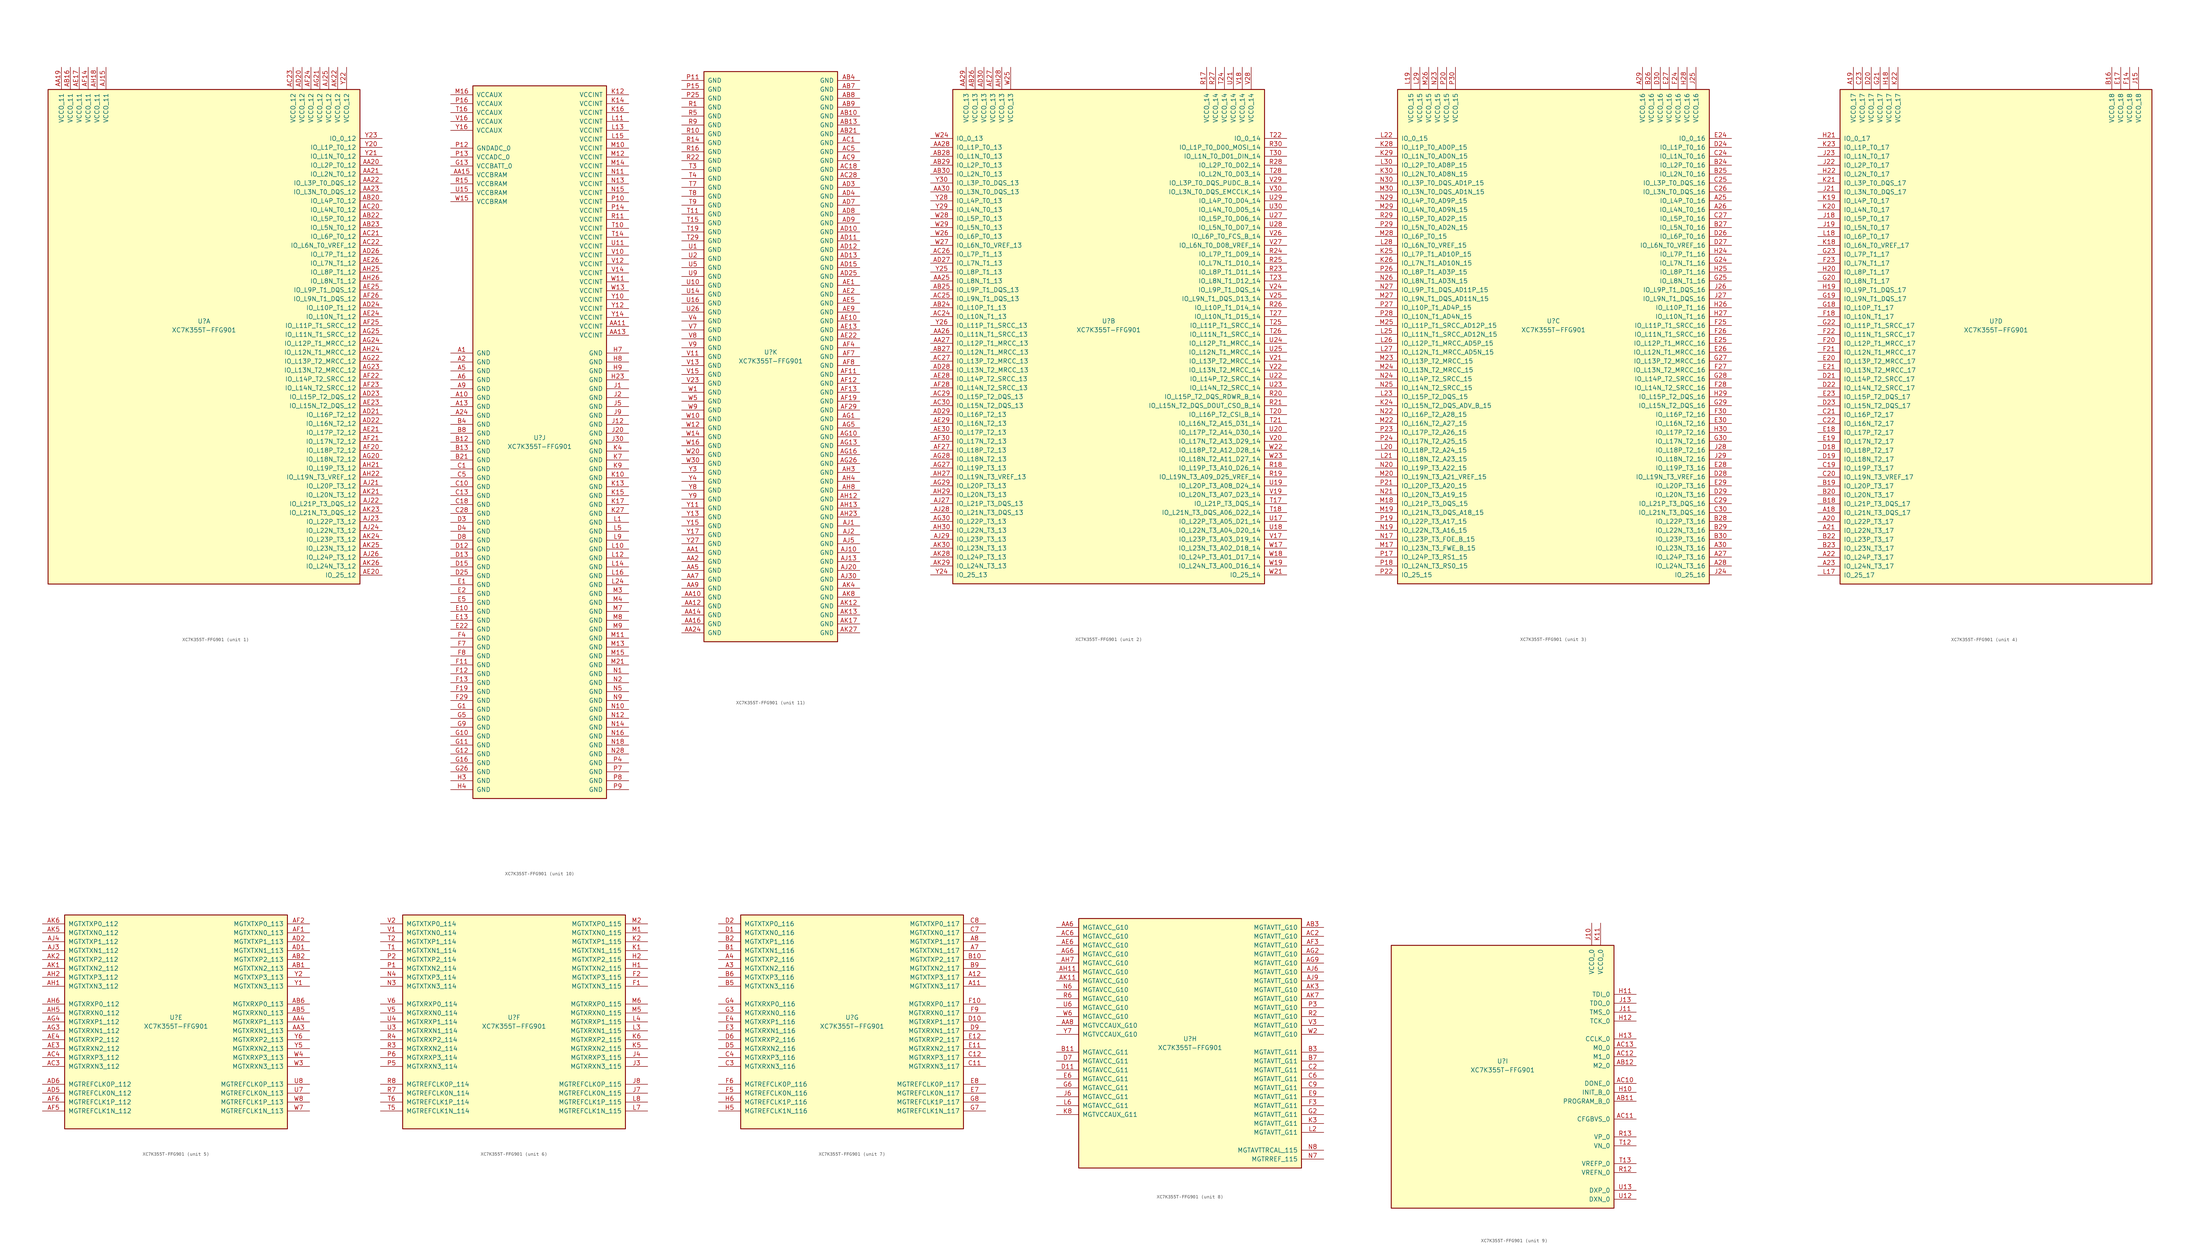
<source format=kicad_sym>
(kicad_symbol_lib
  (version 20201005)
  (generator kicad_symbol_editor)
  (symbol "XC7K355T-FFG901"
    (pin_names
      (offset 1.016))
    (property "Reference" "U"
      (at 0 1.27 0)
      (effects (font (size 1.27 1.27))))
    (property "Value" "XC7K355T-FFG901"
      (at 0 -1.27 0)
      (effects (font (size 1.27 1.27))))
    (property "Datasheet" ""
      (at 0 0 0)
      (effects (font (size 1.27 1.27))))
    (property "ki_locked" ""
      (at 0 0 0)
      (effects (font (size 1.27 1.27))))
    (symbol "XC7K355T-FFG901_1_1"
      (rectangle (start -44.45 67.31) (end 44.45 -73.66) (stroke (width 0.254)) (fill (type background)))
      (pin power_in line (at -40.64 73.66 270) (length 6.35) (name "VCCO_11" (effects (font (size 1.27 1.27)))) (number "AA19" (effects (font (size 1.27 1.27)))))
      (pin power_in line (at -38.1 73.66 270) (length 6.35) (name "VCCO_11" (effects (font (size 1.27 1.27)))) (number "AB16" (effects (font (size 1.27 1.27)))))
      (pin power_in line (at -35.56 73.66 270) (length 6.35) (name "VCCO_11" (effects (font (size 1.27 1.27)))) (number "AE17" (effects (font (size 1.27 1.27)))))
      (pin power_in line (at -33.02 73.66 270) (length 6.35) (name "VCCO_11" (effects (font (size 1.27 1.27)))) (number "AF14" (effects (font (size 1.27 1.27)))))
      (pin power_in line (at -30.48 73.66 270) (length 6.35) (name "VCCO_11" (effects (font (size 1.27 1.27)))) (number "AH18" (effects (font (size 1.27 1.27)))))
      (pin power_in line (at -27.94 73.66 270) (length 6.35) (name "VCCO_11" (effects (font (size 1.27 1.27)))) (number "AJ15" (effects (font (size 1.27 1.27)))))
      (pin power_in line (at 25.4 73.66 270) (length 6.35) (name "VCCO_12" (effects (font (size 1.27 1.27)))) (number "AC23" (effects (font (size 1.27 1.27)))))
      (pin power_in line (at 27.94 73.66 270) (length 6.35) (name "VCCO_12" (effects (font (size 1.27 1.27)))) (number "AD20" (effects (font (size 1.27 1.27)))))
      (pin power_in line (at 30.48 73.66 270) (length 6.35) (name "VCCO_12" (effects (font (size 1.27 1.27)))) (number "AF24" (effects (font (size 1.27 1.27)))))
      (pin power_in line (at 33.02 73.66 270) (length 6.35) (name "VCCO_12" (effects (font (size 1.27 1.27)))) (number "AG21" (effects (font (size 1.27 1.27)))))
      (pin power_in line (at 35.56 73.66 270) (length 6.35) (name "VCCO_12" (effects (font (size 1.27 1.27)))) (number "AJ25" (effects (font (size 1.27 1.27)))))
      (pin power_in line (at 38.1 73.66 270) (length 6.35) (name "VCCO_12" (effects (font (size 1.27 1.27)))) (number "AK22" (effects (font (size 1.27 1.27)))))
      (pin power_in line (at 40.64 73.66 270) (length 6.35) (name "VCCO_12" (effects (font (size 1.27 1.27)))) (number "Y22" (effects (font (size 1.27 1.27)))))
      (pin bidirectional line (at 50.8 53.34 180) (length 6.35) (name "IO_0_12" (effects (font (size 1.27 1.27)))) (number "Y23" (effects (font (size 1.27 1.27)))))
      (pin bidirectional line (at 50.8 50.8 180) (length 6.35) (name "IO_L1P_T0_12" (effects (font (size 1.27 1.27)))) (number "Y20" (effects (font (size 1.27 1.27)))))
      (pin bidirectional line (at 50.8 48.26 180) (length 6.35) (name "IO_L1N_T0_12" (effects (font (size 1.27 1.27)))) (number "Y21" (effects (font (size 1.27 1.27)))))
      (pin bidirectional line (at 50.8 45.72 180) (length 6.35) (name "IO_L2P_T0_12" (effects (font (size 1.27 1.27)))) (number "AA20" (effects (font (size 1.27 1.27)))))
      (pin bidirectional line (at 50.8 43.18 180) (length 6.35) (name "IO_L2N_T0_12" (effects (font (size 1.27 1.27)))) (number "AA21" (effects (font (size 1.27 1.27)))))
      (pin bidirectional line (at 50.8 40.64 180) (length 6.35) (name "IO_L3P_T0_DQS_12" (effects (font (size 1.27 1.27)))) (number "AA22" (effects (font (size 1.27 1.27)))))
      (pin bidirectional line (at 50.8 38.1 180) (length 6.35) (name "IO_L3N_T0_DQS_12" (effects (font (size 1.27 1.27)))) (number "AA23" (effects (font (size 1.27 1.27)))))
      (pin bidirectional line (at 50.8 35.56 180) (length 6.35) (name "IO_L4P_T0_12" (effects (font (size 1.27 1.27)))) (number "AB20" (effects (font (size 1.27 1.27)))))
      (pin bidirectional line (at 50.8 33.02 180) (length 6.35) (name "IO_L4N_T0_12" (effects (font (size 1.27 1.27)))) (number "AC20" (effects (font (size 1.27 1.27)))))
      (pin bidirectional line (at 50.8 30.48 180) (length 6.35) (name "IO_L5P_T0_12" (effects (font (size 1.27 1.27)))) (number "AB22" (effects (font (size 1.27 1.27)))))
      (pin bidirectional line (at 50.8 27.94 180) (length 6.35) (name "IO_L5N_T0_12" (effects (font (size 1.27 1.27)))) (number "AB23" (effects (font (size 1.27 1.27)))))
      (pin bidirectional line (at 50.8 25.4 180) (length 6.35) (name "IO_L6P_T0_12" (effects (font (size 1.27 1.27)))) (number "AC21" (effects (font (size 1.27 1.27)))))
      (pin bidirectional line (at 50.8 22.86 180) (length 6.35) (name "IO_L6N_T0_VREF_12" (effects (font (size 1.27 1.27)))) (number "AC22" (effects (font (size 1.27 1.27)))))
      (pin bidirectional line (at 50.8 20.32 180) (length 6.35) (name "IO_L7P_T1_12" (effects (font (size 1.27 1.27)))) (number "AD26" (effects (font (size 1.27 1.27)))))
      (pin bidirectional line (at 50.8 17.78 180) (length 6.35) (name "IO_L7N_T1_12" (effects (font (size 1.27 1.27)))) (number "AE26" (effects (font (size 1.27 1.27)))))
      (pin bidirectional line (at 50.8 15.24 180) (length 6.35) (name "IO_L8P_T1_12" (effects (font (size 1.27 1.27)))) (number "AH25" (effects (font (size 1.27 1.27)))))
      (pin bidirectional line (at 50.8 12.7 180) (length 6.35) (name "IO_L8N_T1_12" (effects (font (size 1.27 1.27)))) (number "AH26" (effects (font (size 1.27 1.27)))))
      (pin bidirectional line (at 50.8 10.16 180) (length 6.35) (name "IO_L9P_T1_DQS_12" (effects (font (size 1.27 1.27)))) (number "AE25" (effects (font (size 1.27 1.27)))))
      (pin bidirectional line (at 50.8 7.62 180) (length 6.35) (name "IO_L9N_T1_DQS_12" (effects (font (size 1.27 1.27)))) (number "AF26" (effects (font (size 1.27 1.27)))))
      (pin bidirectional line (at 50.8 5.08 180) (length 6.35) (name "IO_L10P_T1_12" (effects (font (size 1.27 1.27)))) (number "AD24" (effects (font (size 1.27 1.27)))))
      (pin bidirectional line (at 50.8 2.54 180) (length 6.35) (name "IO_L10N_T1_12" (effects (font (size 1.27 1.27)))) (number "AE24" (effects (font (size 1.27 1.27)))))
      (pin bidirectional line (at 50.8 0 180) (length 6.35) (name "IO_L11P_T1_SRCC_12" (effects (font (size 1.27 1.27)))) (number "AF25" (effects (font (size 1.27 1.27)))))
      (pin bidirectional line (at 50.8 -2.54 180) (length 6.35) (name "IO_L11N_T1_SRCC_12" (effects (font (size 1.27 1.27)))) (number "AG25" (effects (font (size 1.27 1.27)))))
      (pin bidirectional line (at 50.8 -5.08 180) (length 6.35) (name "IO_L12P_T1_MRCC_12" (effects (font (size 1.27 1.27)))) (number "AG24" (effects (font (size 1.27 1.27)))))
      (pin bidirectional line (at 50.8 -7.62 180) (length 6.35) (name "IO_L12N_T1_MRCC_12" (effects (font (size 1.27 1.27)))) (number "AH24" (effects (font (size 1.27 1.27)))))
      (pin bidirectional line (at 50.8 -10.16 180) (length 6.35) (name "IO_L13P_T2_MRCC_12" (effects (font (size 1.27 1.27)))) (number "AG22" (effects (font (size 1.27 1.27)))))
      (pin bidirectional line (at 50.8 -12.7 180) (length 6.35) (name "IO_L13N_T2_MRCC_12" (effects (font (size 1.27 1.27)))) (number "AG23" (effects (font (size 1.27 1.27)))))
      (pin bidirectional line (at 50.8 -15.24 180) (length 6.35) (name "IO_L14P_T2_SRCC_12" (effects (font (size 1.27 1.27)))) (number "AF22" (effects (font (size 1.27 1.27)))))
      (pin bidirectional line (at 50.8 -17.78 180) (length 6.35) (name "IO_L14N_T2_SRCC_12" (effects (font (size 1.27 1.27)))) (number "AF23" (effects (font (size 1.27 1.27)))))
      (pin bidirectional line (at 50.8 -20.32 180) (length 6.35) (name "IO_L15P_T2_DQS_12" (effects (font (size 1.27 1.27)))) (number "AD23" (effects (font (size 1.27 1.27)))))
      (pin bidirectional line (at 50.8 -22.86 180) (length 6.35) (name "IO_L15N_T2_DQS_12" (effects (font (size 1.27 1.27)))) (number "AE23" (effects (font (size 1.27 1.27)))))
      (pin bidirectional line (at 50.8 -25.4 180) (length 6.35) (name "IO_L16P_T2_12" (effects (font (size 1.27 1.27)))) (number "AD21" (effects (font (size 1.27 1.27)))))
      (pin bidirectional line (at 50.8 -27.94 180) (length 6.35) (name "IO_L16N_T2_12" (effects (font (size 1.27 1.27)))) (number "AD22" (effects (font (size 1.27 1.27)))))
      (pin bidirectional line (at 50.8 -30.48 180) (length 6.35) (name "IO_L17P_T2_12" (effects (font (size 1.27 1.27)))) (number "AE21" (effects (font (size 1.27 1.27)))))
      (pin bidirectional line (at 50.8 -33.02 180) (length 6.35) (name "IO_L17N_T2_12" (effects (font (size 1.27 1.27)))) (number "AF21" (effects (font (size 1.27 1.27)))))
      (pin bidirectional line (at 50.8 -35.56 180) (length 6.35) (name "IO_L18P_T2_12" (effects (font (size 1.27 1.27)))) (number "AF20" (effects (font (size 1.27 1.27)))))
      (pin bidirectional line (at 50.8 -38.1 180) (length 6.35) (name "IO_L18N_T2_12" (effects (font (size 1.27 1.27)))) (number "AG20" (effects (font (size 1.27 1.27)))))
      (pin bidirectional line (at 50.8 -40.64 180) (length 6.35) (name "IO_L19P_T3_12" (effects (font (size 1.27 1.27)))) (number "AH21" (effects (font (size 1.27 1.27)))))
      (pin bidirectional line (at 50.8 -43.18 180) (length 6.35) (name "IO_L19N_T3_VREF_12" (effects (font (size 1.27 1.27)))) (number "AH22" (effects (font (size 1.27 1.27)))))
      (pin bidirectional line (at 50.8 -45.72 180) (length 6.35) (name "IO_L20P_T3_12" (effects (font (size 1.27 1.27)))) (number "AJ21" (effects (font (size 1.27 1.27)))))
      (pin bidirectional line (at 50.8 -48.26 180) (length 6.35) (name "IO_L20N_T3_12" (effects (font (size 1.27 1.27)))) (number "AK21" (effects (font (size 1.27 1.27)))))
      (pin bidirectional line (at 50.8 -50.8 180) (length 6.35) (name "IO_L21P_T3_DQS_12" (effects (font (size 1.27 1.27)))) (number "AJ22" (effects (font (size 1.27 1.27)))))
      (pin bidirectional line (at 50.8 -53.34 180) (length 6.35) (name "IO_L21N_T3_DQS_12" (effects (font (size 1.27 1.27)))) (number "AK23" (effects (font (size 1.27 1.27)))))
      (pin bidirectional line (at 50.8 -55.88 180) (length 6.35) (name "IO_L22P_T3_12" (effects (font (size 1.27 1.27)))) (number "AJ23" (effects (font (size 1.27 1.27)))))
      (pin bidirectional line (at 50.8 -58.42 180) (length 6.35) (name "IO_L22N_T3_12" (effects (font (size 1.27 1.27)))) (number "AJ24" (effects (font (size 1.27 1.27)))))
      (pin bidirectional line (at 50.8 -60.96 180) (length 6.35) (name "IO_L23P_T3_12" (effects (font (size 1.27 1.27)))) (number "AK24" (effects (font (size 1.27 1.27)))))
      (pin bidirectional line (at 50.8 -63.5 180) (length 6.35) (name "IO_L23N_T3_12" (effects (font (size 1.27 1.27)))) (number "AK25" (effects (font (size 1.27 1.27)))))
      (pin bidirectional line (at 50.8 -66.04 180) (length 6.35) (name "IO_L24P_T3_12" (effects (font (size 1.27 1.27)))) (number "AJ26" (effects (font (size 1.27 1.27)))))
      (pin bidirectional line (at 50.8 -68.58 180) (length 6.35) (name "IO_L24N_T3_12" (effects (font (size 1.27 1.27)))) (number "AK26" (effects (font (size 1.27 1.27)))))
      (pin bidirectional line (at 50.8 -71.12 180) (length 6.35) (name "IO_25_12" (effects (font (size 1.27 1.27)))) (number "AE20" (effects (font (size 1.27 1.27))))))
    (symbol "XC7K355T-FFG901_2_1"
      (rectangle (start -44.45 67.31) (end 44.45 -73.66) (stroke (width 0.254)) (fill (type background)))
      (pin power_in line (at -40.64 73.66 270) (length 6.35) (name "VCCO_13" (effects (font (size 1.27 1.27)))) (number "AA29" (effects (font (size 1.27 1.27)))))
      (pin power_in line (at -38.1 73.66 270) (length 6.35) (name "VCCO_13" (effects (font (size 1.27 1.27)))) (number "AB26" (effects (font (size 1.27 1.27)))))
      (pin power_in line (at -35.56 73.66 270) (length 6.35) (name "VCCO_13" (effects (font (size 1.27 1.27)))) (number "AD30" (effects (font (size 1.27 1.27)))))
      (pin power_in line (at -33.02 73.66 270) (length 6.35) (name "VCCO_13" (effects (font (size 1.27 1.27)))) (number "AE27" (effects (font (size 1.27 1.27)))))
      (pin power_in line (at -30.48 73.66 270) (length 6.35) (name "VCCO_13" (effects (font (size 1.27 1.27)))) (number "AH28" (effects (font (size 1.27 1.27)))))
      (pin power_in line (at -27.94 73.66 270) (length 6.35) (name "VCCO_13" (effects (font (size 1.27 1.27)))) (number "W25" (effects (font (size 1.27 1.27)))))
      (pin bidirectional line (at -50.8 53.34 0) (length 6.35) (name "IO_0_13" (effects (font (size 1.27 1.27)))) (number "W24" (effects (font (size 1.27 1.27)))))
      (pin bidirectional line (at -50.8 50.8 0) (length 6.35) (name "IO_L1P_T0_13" (effects (font (size 1.27 1.27)))) (number "AA28" (effects (font (size 1.27 1.27)))))
      (pin bidirectional line (at -50.8 48.26 0) (length 6.35) (name "IO_L1N_T0_13" (effects (font (size 1.27 1.27)))) (number "AB28" (effects (font (size 1.27 1.27)))))
      (pin bidirectional line (at -50.8 45.72 0) (length 6.35) (name "IO_L2P_T0_13" (effects (font (size 1.27 1.27)))) (number "AB29" (effects (font (size 1.27 1.27)))))
      (pin bidirectional line (at -50.8 43.18 0) (length 6.35) (name "IO_L2N_T0_13" (effects (font (size 1.27 1.27)))) (number "AB30" (effects (font (size 1.27 1.27)))))
      (pin bidirectional line (at -50.8 40.64 0) (length 6.35) (name "IO_L3P_T0_DQS_13" (effects (font (size 1.27 1.27)))) (number "Y30" (effects (font (size 1.27 1.27)))))
      (pin bidirectional line (at -50.8 38.1 0) (length 6.35) (name "IO_L3N_T0_DQS_13" (effects (font (size 1.27 1.27)))) (number "AA30" (effects (font (size 1.27 1.27)))))
      (pin bidirectional line (at -50.8 35.56 0) (length 6.35) (name "IO_L4P_T0_13" (effects (font (size 1.27 1.27)))) (number "Y28" (effects (font (size 1.27 1.27)))))
      (pin bidirectional line (at -50.8 33.02 0) (length 6.35) (name "IO_L4N_T0_13" (effects (font (size 1.27 1.27)))) (number "Y29" (effects (font (size 1.27 1.27)))))
      (pin bidirectional line (at -50.8 30.48 0) (length 6.35) (name "IO_L5P_T0_13" (effects (font (size 1.27 1.27)))) (number "W28" (effects (font (size 1.27 1.27)))))
      (pin bidirectional line (at -50.8 27.94 0) (length 6.35) (name "IO_L5N_T0_13" (effects (font (size 1.27 1.27)))) (number "W29" (effects (font (size 1.27 1.27)))))
      (pin bidirectional line (at -50.8 25.4 0) (length 6.35) (name "IO_L6P_T0_13" (effects (font (size 1.27 1.27)))) (number "W26" (effects (font (size 1.27 1.27)))))
      (pin bidirectional line (at -50.8 22.86 0) (length 6.35) (name "IO_L6N_T0_VREF_13" (effects (font (size 1.27 1.27)))) (number "W27" (effects (font (size 1.27 1.27)))))
      (pin bidirectional line (at -50.8 20.32 0) (length 6.35) (name "IO_L7P_T1_13" (effects (font (size 1.27 1.27)))) (number "AC26" (effects (font (size 1.27 1.27)))))
      (pin bidirectional line (at -50.8 17.78 0) (length 6.35) (name "IO_L7N_T1_13" (effects (font (size 1.27 1.27)))) (number "AD27" (effects (font (size 1.27 1.27)))))
      (pin bidirectional line (at -50.8 15.24 0) (length 6.35) (name "IO_L8P_T1_13" (effects (font (size 1.27 1.27)))) (number "Y25" (effects (font (size 1.27 1.27)))))
      (pin bidirectional line (at -50.8 12.7 0) (length 6.35) (name "IO_L8N_T1_13" (effects (font (size 1.27 1.27)))) (number "AA25" (effects (font (size 1.27 1.27)))))
      (pin bidirectional line (at -50.8 10.16 0) (length 6.35) (name "IO_L9P_T1_DQS_13" (effects (font (size 1.27 1.27)))) (number "AB25" (effects (font (size 1.27 1.27)))))
      (pin bidirectional line (at -50.8 7.62 0) (length 6.35) (name "IO_L9N_T1_DQS_13" (effects (font (size 1.27 1.27)))) (number "AC25" (effects (font (size 1.27 1.27)))))
      (pin bidirectional line (at -50.8 5.08 0) (length 6.35) (name "IO_L10P_T1_13" (effects (font (size 1.27 1.27)))) (number "AB24" (effects (font (size 1.27 1.27)))))
      (pin bidirectional line (at -50.8 2.54 0) (length 6.35) (name "IO_L10N_T1_13" (effects (font (size 1.27 1.27)))) (number "AC24" (effects (font (size 1.27 1.27)))))
      (pin bidirectional line (at -50.8 0 0) (length 6.35) (name "IO_L11P_T1_SRCC_13" (effects (font (size 1.27 1.27)))) (number "Y26" (effects (font (size 1.27 1.27)))))
      (pin bidirectional line (at -50.8 -2.54 0) (length 6.35) (name "IO_L11N_T1_SRCC_13" (effects (font (size 1.27 1.27)))) (number "AA26" (effects (font (size 1.27 1.27)))))
      (pin bidirectional line (at -50.8 -5.08 0) (length 6.35) (name "IO_L12P_T1_MRCC_13" (effects (font (size 1.27 1.27)))) (number "AA27" (effects (font (size 1.27 1.27)))))
      (pin bidirectional line (at -50.8 -7.62 0) (length 6.35) (name "IO_L12N_T1_MRCC_13" (effects (font (size 1.27 1.27)))) (number "AB27" (effects (font (size 1.27 1.27)))))
      (pin bidirectional line (at -50.8 -10.16 0) (length 6.35) (name "IO_L13P_T2_MRCC_13" (effects (font (size 1.27 1.27)))) (number "AC27" (effects (font (size 1.27 1.27)))))
      (pin bidirectional line (at -50.8 -12.7 0) (length 6.35) (name "IO_L13N_T2_MRCC_13" (effects (font (size 1.27 1.27)))) (number "AD28" (effects (font (size 1.27 1.27)))))
      (pin bidirectional line (at -50.8 -15.24 0) (length 6.35) (name "IO_L14P_T2_SRCC_13" (effects (font (size 1.27 1.27)))) (number "AE28" (effects (font (size 1.27 1.27)))))
      (pin bidirectional line (at -50.8 -17.78 0) (length 6.35) (name "IO_L14N_T2_SRCC_13" (effects (font (size 1.27 1.27)))) (number "AF28" (effects (font (size 1.27 1.27)))))
      (pin bidirectional line (at -50.8 -20.32 0) (length 6.35) (name "IO_L15P_T2_DQS_13" (effects (font (size 1.27 1.27)))) (number "AC29" (effects (font (size 1.27 1.27)))))
      (pin bidirectional line (at -50.8 -22.86 0) (length 6.35) (name "IO_L15N_T2_DQS_13" (effects (font (size 1.27 1.27)))) (number "AC30" (effects (font (size 1.27 1.27)))))
      (pin bidirectional line (at -50.8 -25.4 0) (length 6.35) (name "IO_L16P_T2_13" (effects (font (size 1.27 1.27)))) (number "AD29" (effects (font (size 1.27 1.27)))))
      (pin bidirectional line (at -50.8 -27.94 0) (length 6.35) (name "IO_L16N_T2_13" (effects (font (size 1.27 1.27)))) (number "AE29" (effects (font (size 1.27 1.27)))))
      (pin bidirectional line (at -50.8 -30.48 0) (length 6.35) (name "IO_L17P_T2_13" (effects (font (size 1.27 1.27)))) (number "AE30" (effects (font (size 1.27 1.27)))))
      (pin bidirectional line (at -50.8 -33.02 0) (length 6.35) (name "IO_L17N_T2_13" (effects (font (size 1.27 1.27)))) (number "AF30" (effects (font (size 1.27 1.27)))))
      (pin bidirectional line (at -50.8 -35.56 0) (length 6.35) (name "IO_L18P_T2_13" (effects (font (size 1.27 1.27)))) (number "AF27" (effects (font (size 1.27 1.27)))))
      (pin bidirectional line (at -50.8 -38.1 0) (length 6.35) (name "IO_L18N_T2_13" (effects (font (size 1.27 1.27)))) (number "AG28" (effects (font (size 1.27 1.27)))))
      (pin bidirectional line (at -50.8 -40.64 0) (length 6.35) (name "IO_L19P_T3_13" (effects (font (size 1.27 1.27)))) (number "AG27" (effects (font (size 1.27 1.27)))))
      (pin bidirectional line (at -50.8 -43.18 0) (length 6.35) (name "IO_L19N_T3_VREF_13" (effects (font (size 1.27 1.27)))) (number "AH27" (effects (font (size 1.27 1.27)))))
      (pin bidirectional line (at -50.8 -45.72 0) (length 6.35) (name "IO_L20P_T3_13" (effects (font (size 1.27 1.27)))) (number "AG29" (effects (font (size 1.27 1.27)))))
      (pin bidirectional line (at -50.8 -48.26 0) (length 6.35) (name "IO_L20N_T3_13" (effects (font (size 1.27 1.27)))) (number "AH29" (effects (font (size 1.27 1.27)))))
      (pin bidirectional line (at -50.8 -50.8 0) (length 6.35) (name "IO_L21P_T3_DQS_13" (effects (font (size 1.27 1.27)))) (number "AJ27" (effects (font (size 1.27 1.27)))))
      (pin bidirectional line (at -50.8 -53.34 0) (length 6.35) (name "IO_L21N_T3_DQS_13" (effects (font (size 1.27 1.27)))) (number "AJ28" (effects (font (size 1.27 1.27)))))
      (pin bidirectional line (at -50.8 -55.88 0) (length 6.35) (name "IO_L22P_T3_13" (effects (font (size 1.27 1.27)))) (number "AG30" (effects (font (size 1.27 1.27)))))
      (pin bidirectional line (at -50.8 -58.42 0) (length 6.35) (name "IO_L22N_T3_13" (effects (font (size 1.27 1.27)))) (number "AH30" (effects (font (size 1.27 1.27)))))
      (pin bidirectional line (at -50.8 -60.96 0) (length 6.35) (name "IO_L23P_T3_13" (effects (font (size 1.27 1.27)))) (number "AJ29" (effects (font (size 1.27 1.27)))))
      (pin bidirectional line (at -50.8 -63.5 0) (length 6.35) (name "IO_L23N_T3_13" (effects (font (size 1.27 1.27)))) (number "AK30" (effects (font (size 1.27 1.27)))))
      (pin bidirectional line (at -50.8 -66.04 0) (length 6.35) (name "IO_L24P_T3_13" (effects (font (size 1.27 1.27)))) (number "AK28" (effects (font (size 1.27 1.27)))))
      (pin bidirectional line (at -50.8 -68.58 0) (length 6.35) (name "IO_L24N_T3_13" (effects (font (size 1.27 1.27)))) (number "AK29" (effects (font (size 1.27 1.27)))))
      (pin bidirectional line (at -50.8 -71.12 0) (length 6.35) (name "IO_25_13" (effects (font (size 1.27 1.27)))) (number "Y24" (effects (font (size 1.27 1.27)))))
      (pin power_in line (at 27.94 73.66 270) (length 6.35) (name "VCCO_14" (effects (font (size 1.27 1.27)))) (number "R17" (effects (font (size 1.27 1.27)))))
      (pin power_in line (at 30.48 73.66 270) (length 6.35) (name "VCCO_14" (effects (font (size 1.27 1.27)))) (number "R27" (effects (font (size 1.27 1.27)))))
      (pin power_in line (at 33.02 73.66 270) (length 6.35) (name "VCCO_14" (effects (font (size 1.27 1.27)))) (number "T24" (effects (font (size 1.27 1.27)))))
      (pin power_in line (at 35.56 73.66 270) (length 6.35) (name "VCCO_14" (effects (font (size 1.27 1.27)))) (number "U21" (effects (font (size 1.27 1.27)))))
      (pin power_in line (at 38.1 73.66 270) (length 6.35) (name "VCCO_14" (effects (font (size 1.27 1.27)))) (number "V18" (effects (font (size 1.27 1.27)))))
      (pin power_in line (at 40.64 73.66 270) (length 6.35) (name "VCCO_14" (effects (font (size 1.27 1.27)))) (number "V28" (effects (font (size 1.27 1.27)))))
      (pin bidirectional line (at 50.8 53.34 180) (length 6.35) (name "IO_0_14" (effects (font (size 1.27 1.27)))) (number "T22" (effects (font (size 1.27 1.27)))))
      (pin bidirectional line (at 50.8 50.8 180) (length 6.35) (name "IO_L1P_T0_D00_MOSI_14" (effects (font (size 1.27 1.27)))) (number "R30" (effects (font (size 1.27 1.27)))))
      (pin bidirectional line (at 50.8 48.26 180) (length 6.35) (name "IO_L1N_T0_D01_DIN_14" (effects (font (size 1.27 1.27)))) (number "T30" (effects (font (size 1.27 1.27)))))
      (pin bidirectional line (at 50.8 45.72 180) (length 6.35) (name "IO_L2P_T0_D02_14" (effects (font (size 1.27 1.27)))) (number "R28" (effects (font (size 1.27 1.27)))))
      (pin bidirectional line (at 50.8 43.18 180) (length 6.35) (name "IO_L2N_T0_D03_14" (effects (font (size 1.27 1.27)))) (number "T28" (effects (font (size 1.27 1.27)))))
      (pin bidirectional line (at 50.8 40.64 180) (length 6.35) (name "IO_L3P_T0_DQS_PUDC_B_14" (effects (font (size 1.27 1.27)))) (number "V29" (effects (font (size 1.27 1.27)))))
      (pin bidirectional line (at 50.8 38.1 180) (length 6.35) (name "IO_L3N_T0_DQS_EMCCLK_14" (effects (font (size 1.27 1.27)))) (number "V30" (effects (font (size 1.27 1.27)))))
      (pin bidirectional line (at 50.8 35.56 180) (length 6.35) (name "IO_L4P_T0_D04_14" (effects (font (size 1.27 1.27)))) (number "U29" (effects (font (size 1.27 1.27)))))
      (pin bidirectional line (at 50.8 33.02 180) (length 6.35) (name "IO_L4N_T0_D05_14" (effects (font (size 1.27 1.27)))) (number "U30" (effects (font (size 1.27 1.27)))))
      (pin bidirectional line (at 50.8 30.48 180) (length 6.35) (name "IO_L5P_T0_D06_14" (effects (font (size 1.27 1.27)))) (number "U27" (effects (font (size 1.27 1.27)))))
      (pin bidirectional line (at 50.8 27.94 180) (length 6.35) (name "IO_L5N_T0_D07_14" (effects (font (size 1.27 1.27)))) (number "U28" (effects (font (size 1.27 1.27)))))
      (pin bidirectional line (at 50.8 25.4 180) (length 6.35) (name "IO_L6P_T0_FCS_B_14" (effects (font (size 1.27 1.27)))) (number "V26" (effects (font (size 1.27 1.27)))))
      (pin bidirectional line (at 50.8 22.86 180) (length 6.35) (name "IO_L6N_T0_D08_VREF_14" (effects (font (size 1.27 1.27)))) (number "V27" (effects (font (size 1.27 1.27)))))
      (pin bidirectional line (at 50.8 20.32 180) (length 6.35) (name "IO_L7P_T1_D09_14" (effects (font (size 1.27 1.27)))) (number "R24" (effects (font (size 1.27 1.27)))))
      (pin bidirectional line (at 50.8 17.78 180) (length 6.35) (name "IO_L7N_T1_D10_14" (effects (font (size 1.27 1.27)))) (number "R25" (effects (font (size 1.27 1.27)))))
      (pin bidirectional line (at 50.8 15.24 180) (length 6.35) (name "IO_L8P_T1_D11_14" (effects (font (size 1.27 1.27)))) (number "R23" (effects (font (size 1.27 1.27)))))
      (pin bidirectional line (at 50.8 12.7 180) (length 6.35) (name "IO_L8N_T1_D12_14" (effects (font (size 1.27 1.27)))) (number "T23" (effects (font (size 1.27 1.27)))))
      (pin bidirectional line (at 50.8 10.16 180) (length 6.35) (name "IO_L9P_T1_DQS_14" (effects (font (size 1.27 1.27)))) (number "V24" (effects (font (size 1.27 1.27)))))
      (pin bidirectional line (at 50.8 7.62 180) (length 6.35) (name "IO_L9N_T1_DQS_D13_14" (effects (font (size 1.27 1.27)))) (number "V25" (effects (font (size 1.27 1.27)))))
      (pin bidirectional line (at 50.8 5.08 180) (length 6.35) (name "IO_L10P_T1_D14_14" (effects (font (size 1.27 1.27)))) (number "R26" (effects (font (size 1.27 1.27)))))
      (pin bidirectional line (at 50.8 2.54 180) (length 6.35) (name "IO_L10N_T1_D15_14" (effects (font (size 1.27 1.27)))) (number "T27" (effects (font (size 1.27 1.27)))))
      (pin bidirectional line (at 50.8 0 180) (length 6.35) (name "IO_L11P_T1_SRCC_14" (effects (font (size 1.27 1.27)))) (number "T25" (effects (font (size 1.27 1.27)))))
      (pin bidirectional line (at 50.8 -2.54 180) (length 6.35) (name "IO_L11N_T1_SRCC_14" (effects (font (size 1.27 1.27)))) (number "T26" (effects (font (size 1.27 1.27)))))
      (pin bidirectional line (at 50.8 -5.08 180) (length 6.35) (name "IO_L12P_T1_MRCC_14" (effects (font (size 1.27 1.27)))) (number "U24" (effects (font (size 1.27 1.27)))))
      (pin bidirectional line (at 50.8 -7.62 180) (length 6.35) (name "IO_L12N_T1_MRCC_14" (effects (font (size 1.27 1.27)))) (number "U25" (effects (font (size 1.27 1.27)))))
      (pin bidirectional line (at 50.8 -10.16 180) (length 6.35) (name "IO_L13P_T2_MRCC_14" (effects (font (size 1.27 1.27)))) (number "V21" (effects (font (size 1.27 1.27)))))
      (pin bidirectional line (at 50.8 -12.7 180) (length 6.35) (name "IO_L13N_T2_MRCC_14" (effects (font (size 1.27 1.27)))) (number "V22" (effects (font (size 1.27 1.27)))))
      (pin bidirectional line (at 50.8 -15.24 180) (length 6.35) (name "IO_L14P_T2_SRCC_14" (effects (font (size 1.27 1.27)))) (number "U22" (effects (font (size 1.27 1.27)))))
      (pin bidirectional line (at 50.8 -17.78 180) (length 6.35) (name "IO_L14N_T2_SRCC_14" (effects (font (size 1.27 1.27)))) (number "U23" (effects (font (size 1.27 1.27)))))
      (pin bidirectional line (at 50.8 -20.32 180) (length 6.35) (name "IO_L15P_T2_DQS_RDWR_B_14" (effects (font (size 1.27 1.27)))) (number "R20" (effects (font (size 1.27 1.27)))))
      (pin bidirectional line (at 50.8 -22.86 180) (length 6.35) (name "IO_L15N_T2_DQS_DOUT_CSO_B_14" (effects (font (size 1.27 1.27)))) (number "R21" (effects (font (size 1.27 1.27)))))
      (pin bidirectional line (at 50.8 -25.4 180) (length 6.35) (name "IO_L16P_T2_CSI_B_14" (effects (font (size 1.27 1.27)))) (number "T20" (effects (font (size 1.27 1.27)))))
      (pin bidirectional line (at 50.8 -27.94 180) (length 6.35) (name "IO_L16N_T2_A15_D31_14" (effects (font (size 1.27 1.27)))) (number "T21" (effects (font (size 1.27 1.27)))))
      (pin bidirectional line (at 50.8 -30.48 180) (length 6.35) (name "IO_L17P_T2_A14_D30_14" (effects (font (size 1.27 1.27)))) (number "U20" (effects (font (size 1.27 1.27)))))
      (pin bidirectional line (at 50.8 -33.02 180) (length 6.35) (name "IO_L17N_T2_A13_D29_14" (effects (font (size 1.27 1.27)))) (number "V20" (effects (font (size 1.27 1.27)))))
      (pin bidirectional line (at 50.8 -35.56 180) (length 6.35) (name "IO_L18P_T2_A12_D28_14" (effects (font (size 1.27 1.27)))) (number "W22" (effects (font (size 1.27 1.27)))))
      (pin bidirectional line (at 50.8 -38.1 180) (length 6.35) (name "IO_L18N_T2_A11_D27_14" (effects (font (size 1.27 1.27)))) (number "W23" (effects (font (size 1.27 1.27)))))
      (pin bidirectional line (at 50.8 -40.64 180) (length 6.35) (name "IO_L19P_T3_A10_D26_14" (effects (font (size 1.27 1.27)))) (number "R18" (effects (font (size 1.27 1.27)))))
      (pin bidirectional line (at 50.8 -43.18 180) (length 6.35) (name "IO_L19N_T3_A09_D25_VREF_14" (effects (font (size 1.27 1.27)))) (number "R19" (effects (font (size 1.27 1.27)))))
      (pin bidirectional line (at 50.8 -45.72 180) (length 6.35) (name "IO_L20P_T3_A08_D24_14" (effects (font (size 1.27 1.27)))) (number "U19" (effects (font (size 1.27 1.27)))))
      (pin bidirectional line (at 50.8 -48.26 180) (length 6.35) (name "IO_L20N_T3_A07_D23_14" (effects (font (size 1.27 1.27)))) (number "V19" (effects (font (size 1.27 1.27)))))
      (pin bidirectional line (at 50.8 -50.8 180) (length 6.35) (name "IO_L21P_T3_DQS_14" (effects (font (size 1.27 1.27)))) (number "T17" (effects (font (size 1.27 1.27)))))
      (pin bidirectional line (at 50.8 -53.34 180) (length 6.35) (name "IO_L21N_T3_DQS_A06_D22_14" (effects (font (size 1.27 1.27)))) (number "T18" (effects (font (size 1.27 1.27)))))
      (pin bidirectional line (at 50.8 -55.88 180) (length 6.35) (name "IO_L22P_T3_A05_D21_14" (effects (font (size 1.27 1.27)))) (number "U17" (effects (font (size 1.27 1.27)))))
      (pin bidirectional line (at 50.8 -58.42 180) (length 6.35) (name "IO_L22N_T3_A04_D20_14" (effects (font (size 1.27 1.27)))) (number "U18" (effects (font (size 1.27 1.27)))))
      (pin bidirectional line (at 50.8 -60.96 180) (length 6.35) (name "IO_L23P_T3_A03_D19_14" (effects (font (size 1.27 1.27)))) (number "V17" (effects (font (size 1.27 1.27)))))
      (pin bidirectional line (at 50.8 -63.5 180) (length 6.35) (name "IO_L23N_T3_A02_D18_14" (effects (font (size 1.27 1.27)))) (number "W17" (effects (font (size 1.27 1.27)))))
      (pin bidirectional line (at 50.8 -66.04 180) (length 6.35) (name "IO_L24P_T3_A01_D17_14" (effects (font (size 1.27 1.27)))) (number "W18" (effects (font (size 1.27 1.27)))))
      (pin bidirectional line (at 50.8 -68.58 180) (length 6.35) (name "IO_L24N_T3_A00_D16_14" (effects (font (size 1.27 1.27)))) (number "W19" (effects (font (size 1.27 1.27)))))
      (pin bidirectional line (at 50.8 -71.12 180) (length 6.35) (name "IO_25_14" (effects (font (size 1.27 1.27)))) (number "W21" (effects (font (size 1.27 1.27))))))
    (symbol "XC7K355T-FFG901_3_1"
      (rectangle (start -44.45 67.31) (end 44.45 -73.66) (stroke (width 0.254)) (fill (type background)))
      (pin power_in line (at -40.64 73.66 270) (length 6.35) (name "VCCO_15" (effects (font (size 1.27 1.27)))) (number "L19" (effects (font (size 1.27 1.27)))))
      (pin power_in line (at -38.1 73.66 270) (length 6.35) (name "VCCO_15" (effects (font (size 1.27 1.27)))) (number "L29" (effects (font (size 1.27 1.27)))))
      (pin power_in line (at -35.56 73.66 270) (length 6.35) (name "VCCO_15" (effects (font (size 1.27 1.27)))) (number "M26" (effects (font (size 1.27 1.27)))))
      (pin power_in line (at -33.02 73.66 270) (length 6.35) (name "VCCO_15" (effects (font (size 1.27 1.27)))) (number "N23" (effects (font (size 1.27 1.27)))))
      (pin power_in line (at -30.48 73.66 270) (length 6.35) (name "VCCO_15" (effects (font (size 1.27 1.27)))) (number "P20" (effects (font (size 1.27 1.27)))))
      (pin power_in line (at -27.94 73.66 270) (length 6.35) (name "VCCO_15" (effects (font (size 1.27 1.27)))) (number "P30" (effects (font (size 1.27 1.27)))))
      (pin bidirectional line (at -50.8 53.34 0) (length 6.35) (name "IO_0_15" (effects (font (size 1.27 1.27)))) (number "L22" (effects (font (size 1.27 1.27)))))
      (pin bidirectional line (at -50.8 50.8 0) (length 6.35) (name "IO_L1P_T0_AD0P_15" (effects (font (size 1.27 1.27)))) (number "K28" (effects (font (size 1.27 1.27)))))
      (pin bidirectional line (at -50.8 48.26 0) (length 6.35) (name "IO_L1N_T0_AD0N_15" (effects (font (size 1.27 1.27)))) (number "K29" (effects (font (size 1.27 1.27)))))
      (pin bidirectional line (at -50.8 45.72 0) (length 6.35) (name "IO_L2P_T0_AD8P_15" (effects (font (size 1.27 1.27)))) (number "L30" (effects (font (size 1.27 1.27)))))
      (pin bidirectional line (at -50.8 43.18 0) (length 6.35) (name "IO_L2N_T0_AD8N_15" (effects (font (size 1.27 1.27)))) (number "K30" (effects (font (size 1.27 1.27)))))
      (pin bidirectional line (at -50.8 40.64 0) (length 6.35) (name "IO_L3P_T0_DQS_AD1P_15" (effects (font (size 1.27 1.27)))) (number "N30" (effects (font (size 1.27 1.27)))))
      (pin bidirectional line (at -50.8 38.1 0) (length 6.35) (name "IO_L3N_T0_DQS_AD1N_15" (effects (font (size 1.27 1.27)))) (number "M30" (effects (font (size 1.27 1.27)))))
      (pin bidirectional line (at -50.8 35.56 0) (length 6.35) (name "IO_L4P_T0_AD9P_15" (effects (font (size 1.27 1.27)))) (number "N29" (effects (font (size 1.27 1.27)))))
      (pin bidirectional line (at -50.8 33.02 0) (length 6.35) (name "IO_L4N_T0_AD9N_15" (effects (font (size 1.27 1.27)))) (number "M29" (effects (font (size 1.27 1.27)))))
      (pin bidirectional line (at -50.8 30.48 0) (length 6.35) (name "IO_L5P_T0_AD2P_15" (effects (font (size 1.27 1.27)))) (number "R29" (effects (font (size 1.27 1.27)))))
      (pin bidirectional line (at -50.8 27.94 0) (length 6.35) (name "IO_L5N_T0_AD2N_15" (effects (font (size 1.27 1.27)))) (number "P29" (effects (font (size 1.27 1.27)))))
      (pin bidirectional line (at -50.8 25.4 0) (length 6.35) (name "IO_L6P_T0_15" (effects (font (size 1.27 1.27)))) (number "M28" (effects (font (size 1.27 1.27)))))
      (pin bidirectional line (at -50.8 22.86 0) (length 6.35) (name "IO_L6N_T0_VREF_15" (effects (font (size 1.27 1.27)))) (number "L28" (effects (font (size 1.27 1.27)))))
      (pin bidirectional line (at -50.8 20.32 0) (length 6.35) (name "IO_L7P_T1_AD10P_15" (effects (font (size 1.27 1.27)))) (number "K25" (effects (font (size 1.27 1.27)))))
      (pin bidirectional line (at -50.8 17.78 0) (length 6.35) (name "IO_L7N_T1_AD10N_15" (effects (font (size 1.27 1.27)))) (number "K26" (effects (font (size 1.27 1.27)))))
      (pin bidirectional line (at -50.8 15.24 0) (length 6.35) (name "IO_L8P_T1_AD3P_15" (effects (font (size 1.27 1.27)))) (number "P26" (effects (font (size 1.27 1.27)))))
      (pin bidirectional line (at -50.8 12.7 0) (length 6.35) (name "IO_L8N_T1_AD3N_15" (effects (font (size 1.27 1.27)))) (number "N26" (effects (font (size 1.27 1.27)))))
      (pin bidirectional line (at -50.8 10.16 0) (length 6.35) (name "IO_L9P_T1_DQS_AD11P_15" (effects (font (size 1.27 1.27)))) (number "N27" (effects (font (size 1.27 1.27)))))
      (pin bidirectional line (at -50.8 7.62 0) (length 6.35) (name "IO_L9N_T1_DQS_AD11N_15" (effects (font (size 1.27 1.27)))) (number "M27" (effects (font (size 1.27 1.27)))))
      (pin bidirectional line (at -50.8 5.08 0) (length 6.35) (name "IO_L10P_T1_AD4P_15" (effects (font (size 1.27 1.27)))) (number "P27" (effects (font (size 1.27 1.27)))))
      (pin bidirectional line (at -50.8 2.54 0) (length 6.35) (name "IO_L10N_T1_AD4N_15" (effects (font (size 1.27 1.27)))) (number "P28" (effects (font (size 1.27 1.27)))))
      (pin bidirectional line (at -50.8 0 0) (length 6.35) (name "IO_L11P_T1_SRCC_AD12P_15" (effects (font (size 1.27 1.27)))) (number "M25" (effects (font (size 1.27 1.27)))))
      (pin bidirectional line (at -50.8 -2.54 0) (length 6.35) (name "IO_L11N_T1_SRCC_AD12N_15" (effects (font (size 1.27 1.27)))) (number "L25" (effects (font (size 1.27 1.27)))))
      (pin bidirectional line (at -50.8 -5.08 0) (length 6.35) (name "IO_L12P_T1_MRCC_AD5P_15" (effects (font (size 1.27 1.27)))) (number "L26" (effects (font (size 1.27 1.27)))))
      (pin bidirectional line (at -50.8 -7.62 0) (length 6.35) (name "IO_L12N_T1_MRCC_AD5N_15" (effects (font (size 1.27 1.27)))) (number "L27" (effects (font (size 1.27 1.27)))))
      (pin bidirectional line (at -50.8 -10.16 0) (length 6.35) (name "IO_L13P_T2_MRCC_15" (effects (font (size 1.27 1.27)))) (number "M23" (effects (font (size 1.27 1.27)))))
      (pin bidirectional line (at -50.8 -12.7 0) (length 6.35) (name "IO_L13N_T2_MRCC_15" (effects (font (size 1.27 1.27)))) (number "M24" (effects (font (size 1.27 1.27)))))
      (pin bidirectional line (at -50.8 -15.24 0) (length 6.35) (name "IO_L14P_T2_SRCC_15" (effects (font (size 1.27 1.27)))) (number "N24" (effects (font (size 1.27 1.27)))))
      (pin bidirectional line (at -50.8 -17.78 0) (length 6.35) (name "IO_L14N_T2_SRCC_15" (effects (font (size 1.27 1.27)))) (number "N25" (effects (font (size 1.27 1.27)))))
      (pin bidirectional line (at -50.8 -20.32 0) (length 6.35) (name "IO_L15P_T2_DQS_15" (effects (font (size 1.27 1.27)))) (number "L23" (effects (font (size 1.27 1.27)))))
      (pin bidirectional line (at -50.8 -22.86 0) (length 6.35) (name "IO_L15N_T2_DQS_ADV_B_15" (effects (font (size 1.27 1.27)))) (number "K24" (effects (font (size 1.27 1.27)))))
      (pin bidirectional line (at -50.8 -25.4 0) (length 6.35) (name "IO_L16P_T2_A28_15" (effects (font (size 1.27 1.27)))) (number "N22" (effects (font (size 1.27 1.27)))))
      (pin bidirectional line (at -50.8 -27.94 0) (length 6.35) (name "IO_L16N_T2_A27_15" (effects (font (size 1.27 1.27)))) (number "M22" (effects (font (size 1.27 1.27)))))
      (pin bidirectional line (at -50.8 -30.48 0) (length 6.35) (name "IO_L17P_T2_A26_15" (effects (font (size 1.27 1.27)))) (number "P23" (effects (font (size 1.27 1.27)))))
      (pin bidirectional line (at -50.8 -33.02 0) (length 6.35) (name "IO_L17N_T2_A25_15" (effects (font (size 1.27 1.27)))) (number "P24" (effects (font (size 1.27 1.27)))))
      (pin bidirectional line (at -50.8 -35.56 0) (length 6.35) (name "IO_L18P_T2_A24_15" (effects (font (size 1.27 1.27)))) (number "L20" (effects (font (size 1.27 1.27)))))
      (pin bidirectional line (at -50.8 -38.1 0) (length 6.35) (name "IO_L18N_T2_A23_15" (effects (font (size 1.27 1.27)))) (number "L21" (effects (font (size 1.27 1.27)))))
      (pin bidirectional line (at -50.8 -40.64 0) (length 6.35) (name "IO_L19P_T3_A22_15" (effects (font (size 1.27 1.27)))) (number "N20" (effects (font (size 1.27 1.27)))))
      (pin bidirectional line (at -50.8 -43.18 0) (length 6.35) (name "IO_L19N_T3_A21_VREF_15" (effects (font (size 1.27 1.27)))) (number "M20" (effects (font (size 1.27 1.27)))))
      (pin bidirectional line (at -50.8 -45.72 0) (length 6.35) (name "IO_L20P_T3_A20_15" (effects (font (size 1.27 1.27)))) (number "P21" (effects (font (size 1.27 1.27)))))
      (pin bidirectional line (at -50.8 -48.26 0) (length 6.35) (name "IO_L20N_T3_A19_15" (effects (font (size 1.27 1.27)))) (number "N21" (effects (font (size 1.27 1.27)))))
      (pin bidirectional line (at -50.8 -50.8 0) (length 6.35) (name "IO_L21P_T3_DQS_15" (effects (font (size 1.27 1.27)))) (number "M18" (effects (font (size 1.27 1.27)))))
      (pin bidirectional line (at -50.8 -53.34 0) (length 6.35) (name "IO_L21N_T3_DQS_A18_15" (effects (font (size 1.27 1.27)))) (number "M19" (effects (font (size 1.27 1.27)))))
      (pin bidirectional line (at -50.8 -55.88 0) (length 6.35) (name "IO_L22P_T3_A17_15" (effects (font (size 1.27 1.27)))) (number "P19" (effects (font (size 1.27 1.27)))))
      (pin bidirectional line (at -50.8 -58.42 0) (length 6.35) (name "IO_L22N_T3_A16_15" (effects (font (size 1.27 1.27)))) (number "N19" (effects (font (size 1.27 1.27)))))
      (pin bidirectional line (at -50.8 -60.96 0) (length 6.35) (name "IO_L23P_T3_FOE_B_15" (effects (font (size 1.27 1.27)))) (number "N17" (effects (font (size 1.27 1.27)))))
      (pin bidirectional line (at -50.8 -63.5 0) (length 6.35) (name "IO_L23N_T3_FWE_B_15" (effects (font (size 1.27 1.27)))) (number "M17" (effects (font (size 1.27 1.27)))))
      (pin bidirectional line (at -50.8 -66.04 0) (length 6.35) (name "IO_L24P_T3_RS1_15" (effects (font (size 1.27 1.27)))) (number "P17" (effects (font (size 1.27 1.27)))))
      (pin bidirectional line (at -50.8 -68.58 0) (length 6.35) (name "IO_L24N_T3_RS0_15" (effects (font (size 1.27 1.27)))) (number "P18" (effects (font (size 1.27 1.27)))))
      (pin bidirectional line (at -50.8 -71.12 0) (length 6.35) (name "IO_25_15" (effects (font (size 1.27 1.27)))) (number "P22" (effects (font (size 1.27 1.27)))))
      (pin power_in line (at 25.4 73.66 270) (length 6.35) (name "VCCO_16" (effects (font (size 1.27 1.27)))) (number "A29" (effects (font (size 1.27 1.27)))))
      (pin power_in line (at 27.94 73.66 270) (length 6.35) (name "VCCO_16" (effects (font (size 1.27 1.27)))) (number "B26" (effects (font (size 1.27 1.27)))))
      (pin power_in line (at 30.48 73.66 270) (length 6.35) (name "VCCO_16" (effects (font (size 1.27 1.27)))) (number "D30" (effects (font (size 1.27 1.27)))))
      (pin power_in line (at 33.02 73.66 270) (length 6.35) (name "VCCO_16" (effects (font (size 1.27 1.27)))) (number "E27" (effects (font (size 1.27 1.27)))))
      (pin power_in line (at 35.56 73.66 270) (length 6.35) (name "VCCO_16" (effects (font (size 1.27 1.27)))) (number "F24" (effects (font (size 1.27 1.27)))))
      (pin power_in line (at 38.1 73.66 270) (length 6.35) (name "VCCO_16" (effects (font (size 1.27 1.27)))) (number "H28" (effects (font (size 1.27 1.27)))))
      (pin power_in line (at 40.64 73.66 270) (length 6.35) (name "VCCO_16" (effects (font (size 1.27 1.27)))) (number "J25" (effects (font (size 1.27 1.27)))))
      (pin bidirectional line (at 50.8 53.34 180) (length 6.35) (name "IO_0_16" (effects (font (size 1.27 1.27)))) (number "E24" (effects (font (size 1.27 1.27)))))
      (pin bidirectional line (at 50.8 50.8 180) (length 6.35) (name "IO_L1P_T0_16" (effects (font (size 1.27 1.27)))) (number "D24" (effects (font (size 1.27 1.27)))))
      (pin bidirectional line (at 50.8 48.26 180) (length 6.35) (name "IO_L1N_T0_16" (effects (font (size 1.27 1.27)))) (number "C24" (effects (font (size 1.27 1.27)))))
      (pin bidirectional line (at 50.8 45.72 180) (length 6.35) (name "IO_L2P_T0_16" (effects (font (size 1.27 1.27)))) (number "B24" (effects (font (size 1.27 1.27)))))
      (pin bidirectional line (at 50.8 43.18 180) (length 6.35) (name "IO_L2N_T0_16" (effects (font (size 1.27 1.27)))) (number "B25" (effects (font (size 1.27 1.27)))))
      (pin bidirectional line (at 50.8 40.64 180) (length 6.35) (name "IO_L3P_T0_DQS_16" (effects (font (size 1.27 1.27)))) (number "C25" (effects (font (size 1.27 1.27)))))
      (pin bidirectional line (at 50.8 38.1 180) (length 6.35) (name "IO_L3N_T0_DQS_16" (effects (font (size 1.27 1.27)))) (number "C26" (effects (font (size 1.27 1.27)))))
      (pin bidirectional line (at 50.8 35.56 180) (length 6.35) (name "IO_L4P_T0_16" (effects (font (size 1.27 1.27)))) (number "A25" (effects (font (size 1.27 1.27)))))
      (pin bidirectional line (at 50.8 33.02 180) (length 6.35) (name "IO_L4N_T0_16" (effects (font (size 1.27 1.27)))) (number "A26" (effects (font (size 1.27 1.27)))))
      (pin bidirectional line (at 50.8 30.48 180) (length 6.35) (name "IO_L5P_T0_16" (effects (font (size 1.27 1.27)))) (number "C27" (effects (font (size 1.27 1.27)))))
      (pin bidirectional line (at 50.8 27.94 180) (length 6.35) (name "IO_L5N_T0_16" (effects (font (size 1.27 1.27)))) (number "B27" (effects (font (size 1.27 1.27)))))
      (pin bidirectional line (at 50.8 25.4 180) (length 6.35) (name "IO_L6P_T0_16" (effects (font (size 1.27 1.27)))) (number "D26" (effects (font (size 1.27 1.27)))))
      (pin bidirectional line (at 50.8 22.86 180) (length 6.35) (name "IO_L6N_T0_VREF_16" (effects (font (size 1.27 1.27)))) (number "D27" (effects (font (size 1.27 1.27)))))
      (pin bidirectional line (at 50.8 20.32 180) (length 6.35) (name "IO_L7P_T1_16" (effects (font (size 1.27 1.27)))) (number "H24" (effects (font (size 1.27 1.27)))))
      (pin bidirectional line (at 50.8 17.78 180) (length 6.35) (name "IO_L7N_T1_16" (effects (font (size 1.27 1.27)))) (number "G24" (effects (font (size 1.27 1.27)))))
      (pin bidirectional line (at 50.8 15.24 180) (length 6.35) (name "IO_L8P_T1_16" (effects (font (size 1.27 1.27)))) (number "H25" (effects (font (size 1.27 1.27)))))
      (pin bidirectional line (at 50.8 12.7 180) (length 6.35) (name "IO_L8N_T1_16" (effects (font (size 1.27 1.27)))) (number "G25" (effects (font (size 1.27 1.27)))))
      (pin bidirectional line (at 50.8 10.16 180) (length 6.35) (name "IO_L9P_T1_DQS_16" (effects (font (size 1.27 1.27)))) (number "J26" (effects (font (size 1.27 1.27)))))
      (pin bidirectional line (at 50.8 7.62 180) (length 6.35) (name "IO_L9N_T1_DQS_16" (effects (font (size 1.27 1.27)))) (number "J27" (effects (font (size 1.27 1.27)))))
      (pin bidirectional line (at 50.8 5.08 180) (length 6.35) (name "IO_L10P_T1_16" (effects (font (size 1.27 1.27)))) (number "H26" (effects (font (size 1.27 1.27)))))
      (pin bidirectional line (at 50.8 2.54 180) (length 6.35) (name "IO_L10N_T1_16" (effects (font (size 1.27 1.27)))) (number "H27" (effects (font (size 1.27 1.27)))))
      (pin bidirectional line (at 50.8 0 180) (length 6.35) (name "IO_L11P_T1_SRCC_16" (effects (font (size 1.27 1.27)))) (number "F25" (effects (font (size 1.27 1.27)))))
      (pin bidirectional line (at 50.8 -2.54 180) (length 6.35) (name "IO_L11N_T1_SRCC_16" (effects (font (size 1.27 1.27)))) (number "F26" (effects (font (size 1.27 1.27)))))
      (pin bidirectional line (at 50.8 -5.08 180) (length 6.35) (name "IO_L12P_T1_MRCC_16" (effects (font (size 1.27 1.27)))) (number "E25" (effects (font (size 1.27 1.27)))))
      (pin bidirectional line (at 50.8 -7.62 180) (length 6.35) (name "IO_L12N_T1_MRCC_16" (effects (font (size 1.27 1.27)))) (number "E26" (effects (font (size 1.27 1.27)))))
      (pin bidirectional line (at 50.8 -10.16 180) (length 6.35) (name "IO_L13P_T2_MRCC_16" (effects (font (size 1.27 1.27)))) (number "G27" (effects (font (size 1.27 1.27)))))
      (pin bidirectional line (at 50.8 -12.7 180) (length 6.35) (name "IO_L13N_T2_MRCC_16" (effects (font (size 1.27 1.27)))) (number "F27" (effects (font (size 1.27 1.27)))))
      (pin bidirectional line (at 50.8 -15.24 180) (length 6.35) (name "IO_L14P_T2_SRCC_16" (effects (font (size 1.27 1.27)))) (number "G28" (effects (font (size 1.27 1.27)))))
      (pin bidirectional line (at 50.8 -17.78 180) (length 6.35) (name "IO_L14N_T2_SRCC_16" (effects (font (size 1.27 1.27)))) (number "F28" (effects (font (size 1.27 1.27)))))
      (pin bidirectional line (at 50.8 -20.32 180) (length 6.35) (name "IO_L15P_T2_DQS_16" (effects (font (size 1.27 1.27)))) (number "H29" (effects (font (size 1.27 1.27)))))
      (pin bidirectional line (at 50.8 -22.86 180) (length 6.35) (name "IO_L15N_T2_DQS_16" (effects (font (size 1.27 1.27)))) (number "G29" (effects (font (size 1.27 1.27)))))
      (pin bidirectional line (at 50.8 -25.4 180) (length 6.35) (name "IO_L16P_T2_16" (effects (font (size 1.27 1.27)))) (number "F30" (effects (font (size 1.27 1.27)))))
      (pin bidirectional line (at 50.8 -27.94 180) (length 6.35) (name "IO_L16N_T2_16" (effects (font (size 1.27 1.27)))) (number "E30" (effects (font (size 1.27 1.27)))))
      (pin bidirectional line (at 50.8 -30.48 180) (length 6.35) (name "IO_L17P_T2_16" (effects (font (size 1.27 1.27)))) (number "H30" (effects (font (size 1.27 1.27)))))
      (pin bidirectional line (at 50.8 -33.02 180) (length 6.35) (name "IO_L17N_T2_16" (effects (font (size 1.27 1.27)))) (number "G30" (effects (font (size 1.27 1.27)))))
      (pin bidirectional line (at 50.8 -35.56 180) (length 6.35) (name "IO_L18P_T2_16" (effects (font (size 1.27 1.27)))) (number "J28" (effects (font (size 1.27 1.27)))))
      (pin bidirectional line (at 50.8 -38.1 180) (length 6.35) (name "IO_L18N_T2_16" (effects (font (size 1.27 1.27)))) (number "J29" (effects (font (size 1.27 1.27)))))
      (pin bidirectional line (at 50.8 -40.64 180) (length 6.35) (name "IO_L19P_T3_16" (effects (font (size 1.27 1.27)))) (number "E28" (effects (font (size 1.27 1.27)))))
      (pin bidirectional line (at 50.8 -43.18 180) (length 6.35) (name "IO_L19N_T3_VREF_16" (effects (font (size 1.27 1.27)))) (number "D28" (effects (font (size 1.27 1.27)))))
      (pin bidirectional line (at 50.8 -45.72 180) (length 6.35) (name "IO_L20P_T3_16" (effects (font (size 1.27 1.27)))) (number "E29" (effects (font (size 1.27 1.27)))))
      (pin bidirectional line (at 50.8 -48.26 180) (length 6.35) (name "IO_L20N_T3_16" (effects (font (size 1.27 1.27)))) (number "D29" (effects (font (size 1.27 1.27)))))
      (pin bidirectional line (at 50.8 -50.8 180) (length 6.35) (name "IO_L21P_T3_DQS_16" (effects (font (size 1.27 1.27)))) (number "C29" (effects (font (size 1.27 1.27)))))
      (pin bidirectional line (at 50.8 -53.34 180) (length 6.35) (name "IO_L21N_T3_DQS_16" (effects (font (size 1.27 1.27)))) (number "C30" (effects (font (size 1.27 1.27)))))
      (pin bidirectional line (at 50.8 -55.88 180) (length 6.35) (name "IO_L22P_T3_16" (effects (font (size 1.27 1.27)))) (number "B28" (effects (font (size 1.27 1.27)))))
      (pin bidirectional line (at 50.8 -58.42 180) (length 6.35) (name "IO_L22N_T3_16" (effects (font (size 1.27 1.27)))) (number "B29" (effects (font (size 1.27 1.27)))))
      (pin bidirectional line (at 50.8 -60.96 180) (length 6.35) (name "IO_L23P_T3_16" (effects (font (size 1.27 1.27)))) (number "B30" (effects (font (size 1.27 1.27)))))
      (pin bidirectional line (at 50.8 -63.5 180) (length 6.35) (name "IO_L23N_T3_16" (effects (font (size 1.27 1.27)))) (number "A30" (effects (font (size 1.27 1.27)))))
      (pin bidirectional line (at 50.8 -66.04 180) (length 6.35) (name "IO_L24P_T3_16" (effects (font (size 1.27 1.27)))) (number "A27" (effects (font (size 1.27 1.27)))))
      (pin bidirectional line (at 50.8 -68.58 180) (length 6.35) (name "IO_L24N_T3_16" (effects (font (size 1.27 1.27)))) (number "A28" (effects (font (size 1.27 1.27)))))
      (pin bidirectional line (at 50.8 -71.12 180) (length 6.35) (name "IO_25_16" (effects (font (size 1.27 1.27)))) (number "J24" (effects (font (size 1.27 1.27))))))
    (symbol "XC7K355T-FFG901_4_1"
      (rectangle (start -44.45 67.31) (end 44.45 -73.66) (stroke (width 0.254)) (fill (type background)))
      (pin power_in line (at -40.64 73.66 270) (length 6.35) (name "VCCO_17" (effects (font (size 1.27 1.27)))) (number "A19" (effects (font (size 1.27 1.27)))))
      (pin power_in line (at -38.1 73.66 270) (length 6.35) (name "VCCO_17" (effects (font (size 1.27 1.27)))) (number "C23" (effects (font (size 1.27 1.27)))))
      (pin power_in line (at -35.56 73.66 270) (length 6.35) (name "VCCO_17" (effects (font (size 1.27 1.27)))) (number "D20" (effects (font (size 1.27 1.27)))))
      (pin power_in line (at -33.02 73.66 270) (length 6.35) (name "VCCO_17" (effects (font (size 1.27 1.27)))) (number "G21" (effects (font (size 1.27 1.27)))))
      (pin power_in line (at -30.48 73.66 270) (length 6.35) (name "VCCO_17" (effects (font (size 1.27 1.27)))) (number "H18" (effects (font (size 1.27 1.27)))))
      (pin power_in line (at -27.94 73.66 270) (length 6.35) (name "VCCO_17" (effects (font (size 1.27 1.27)))) (number "K22" (effects (font (size 1.27 1.27)))))
      (pin bidirectional line (at -50.8 53.34 0) (length 6.35) (name "IO_0_17" (effects (font (size 1.27 1.27)))) (number "H21" (effects (font (size 1.27 1.27)))))
      (pin bidirectional line (at -50.8 50.8 0) (length 6.35) (name "IO_L1P_T0_17" (effects (font (size 1.27 1.27)))) (number "K23" (effects (font (size 1.27 1.27)))))
      (pin bidirectional line (at -50.8 48.26 0) (length 6.35) (name "IO_L1N_T0_17" (effects (font (size 1.27 1.27)))) (number "J23" (effects (font (size 1.27 1.27)))))
      (pin bidirectional line (at -50.8 45.72 0) (length 6.35) (name "IO_L2P_T0_17" (effects (font (size 1.27 1.27)))) (number "J22" (effects (font (size 1.27 1.27)))))
      (pin bidirectional line (at -50.8 43.18 0) (length 6.35) (name "IO_L2N_T0_17" (effects (font (size 1.27 1.27)))) (number "H22" (effects (font (size 1.27 1.27)))))
      (pin bidirectional line (at -50.8 40.64 0) (length 6.35) (name "IO_L3P_T0_DQS_17" (effects (font (size 1.27 1.27)))) (number "K21" (effects (font (size 1.27 1.27)))))
      (pin bidirectional line (at -50.8 38.1 0) (length 6.35) (name "IO_L3N_T0_DQS_17" (effects (font (size 1.27 1.27)))) (number "J21" (effects (font (size 1.27 1.27)))))
      (pin bidirectional line (at -50.8 35.56 0) (length 6.35) (name "IO_L4P_T0_17" (effects (font (size 1.27 1.27)))) (number "K19" (effects (font (size 1.27 1.27)))))
      (pin bidirectional line (at -50.8 33.02 0) (length 6.35) (name "IO_L4N_T0_17" (effects (font (size 1.27 1.27)))) (number "K20" (effects (font (size 1.27 1.27)))))
      (pin bidirectional line (at -50.8 30.48 0) (length 6.35) (name "IO_L5P_T0_17" (effects (font (size 1.27 1.27)))) (number "J18" (effects (font (size 1.27 1.27)))))
      (pin bidirectional line (at -50.8 27.94 0) (length 6.35) (name "IO_L5N_T0_17" (effects (font (size 1.27 1.27)))) (number "J19" (effects (font (size 1.27 1.27)))))
      (pin bidirectional line (at -50.8 25.4 0) (length 6.35) (name "IO_L6P_T0_17" (effects (font (size 1.27 1.27)))) (number "L18" (effects (font (size 1.27 1.27)))))
      (pin bidirectional line (at -50.8 22.86 0) (length 6.35) (name "IO_L6N_T0_VREF_17" (effects (font (size 1.27 1.27)))) (number "K18" (effects (font (size 1.27 1.27)))))
      (pin bidirectional line (at -50.8 20.32 0) (length 6.35) (name "IO_L7P_T1_17" (effects (font (size 1.27 1.27)))) (number "G23" (effects (font (size 1.27 1.27)))))
      (pin bidirectional line (at -50.8 17.78 0) (length 6.35) (name "IO_L7N_T1_17" (effects (font (size 1.27 1.27)))) (number "F23" (effects (font (size 1.27 1.27)))))
      (pin bidirectional line (at -50.8 15.24 0) (length 6.35) (name "IO_L8P_T1_17" (effects (font (size 1.27 1.27)))) (number "H20" (effects (font (size 1.27 1.27)))))
      (pin bidirectional line (at -50.8 12.7 0) (length 6.35) (name "IO_L8N_T1_17" (effects (font (size 1.27 1.27)))) (number "G20" (effects (font (size 1.27 1.27)))))
      (pin bidirectional line (at -50.8 10.16 0) (length 6.35) (name "IO_L9P_T1_DQS_17" (effects (font (size 1.27 1.27)))) (number "H19" (effects (font (size 1.27 1.27)))))
      (pin bidirectional line (at -50.8 7.62 0) (length 6.35) (name "IO_L9N_T1_DQS_17" (effects (font (size 1.27 1.27)))) (number "G19" (effects (font (size 1.27 1.27)))))
      (pin bidirectional line (at -50.8 5.08 0) (length 6.35) (name "IO_L10P_T1_17" (effects (font (size 1.27 1.27)))) (number "G18" (effects (font (size 1.27 1.27)))))
      (pin bidirectional line (at -50.8 2.54 0) (length 6.35) (name "IO_L10N_T1_17" (effects (font (size 1.27 1.27)))) (number "F18" (effects (font (size 1.27 1.27)))))
      (pin bidirectional line (at -50.8 0 0) (length 6.35) (name "IO_L11P_T1_SRCC_17" (effects (font (size 1.27 1.27)))) (number "G22" (effects (font (size 1.27 1.27)))))
      (pin bidirectional line (at -50.8 -2.54 0) (length 6.35) (name "IO_L11N_T1_SRCC_17" (effects (font (size 1.27 1.27)))) (number "F22" (effects (font (size 1.27 1.27)))))
      (pin bidirectional line (at -50.8 -5.08 0) (length 6.35) (name "IO_L12P_T1_MRCC_17" (effects (font (size 1.27 1.27)))) (number "F20" (effects (font (size 1.27 1.27)))))
      (pin bidirectional line (at -50.8 -7.62 0) (length 6.35) (name "IO_L12N_T1_MRCC_17" (effects (font (size 1.27 1.27)))) (number "F21" (effects (font (size 1.27 1.27)))))
      (pin bidirectional line (at -50.8 -10.16 0) (length 6.35) (name "IO_L13P_T2_MRCC_17" (effects (font (size 1.27 1.27)))) (number "E20" (effects (font (size 1.27 1.27)))))
      (pin bidirectional line (at -50.8 -12.7 0) (length 6.35) (name "IO_L13N_T2_MRCC_17" (effects (font (size 1.27 1.27)))) (number "E21" (effects (font (size 1.27 1.27)))))
      (pin bidirectional line (at -50.8 -15.24 0) (length 6.35) (name "IO_L14P_T2_SRCC_17" (effects (font (size 1.27 1.27)))) (number "D21" (effects (font (size 1.27 1.27)))))
      (pin bidirectional line (at -50.8 -17.78 0) (length 6.35) (name "IO_L14N_T2_SRCC_17" (effects (font (size 1.27 1.27)))) (number "D22" (effects (font (size 1.27 1.27)))))
      (pin bidirectional line (at -50.8 -20.32 0) (length 6.35) (name "IO_L15P_T2_DQS_17" (effects (font (size 1.27 1.27)))) (number "E23" (effects (font (size 1.27 1.27)))))
      (pin bidirectional line (at -50.8 -22.86 0) (length 6.35) (name "IO_L15N_T2_DQS_17" (effects (font (size 1.27 1.27)))) (number "D23" (effects (font (size 1.27 1.27)))))
      (pin bidirectional line (at -50.8 -25.4 0) (length 6.35) (name "IO_L16P_T2_17" (effects (font (size 1.27 1.27)))) (number "C21" (effects (font (size 1.27 1.27)))))
      (pin bidirectional line (at -50.8 -27.94 0) (length 6.35) (name "IO_L16N_T2_17" (effects (font (size 1.27 1.27)))) (number "C22" (effects (font (size 1.27 1.27)))))
      (pin bidirectional line (at -50.8 -30.48 0) (length 6.35) (name "IO_L17P_T2_17" (effects (font (size 1.27 1.27)))) (number "E18" (effects (font (size 1.27 1.27)))))
      (pin bidirectional line (at -50.8 -33.02 0) (length 6.35) (name "IO_L17N_T2_17" (effects (font (size 1.27 1.27)))) (number "E19" (effects (font (size 1.27 1.27)))))
      (pin bidirectional line (at -50.8 -35.56 0) (length 6.35) (name "IO_L18P_T2_17" (effects (font (size 1.27 1.27)))) (number "D18" (effects (font (size 1.27 1.27)))))
      (pin bidirectional line (at -50.8 -38.1 0) (length 6.35) (name "IO_L18N_T2_17" (effects (font (size 1.27 1.27)))) (number "D19" (effects (font (size 1.27 1.27)))))
      (pin bidirectional line (at -50.8 -40.64 0) (length 6.35) (name "IO_L19P_T3_17" (effects (font (size 1.27 1.27)))) (number "C19" (effects (font (size 1.27 1.27)))))
      (pin bidirectional line (at -50.8 -43.18 0) (length 6.35) (name "IO_L19N_T3_VREF_17" (effects (font (size 1.27 1.27)))) (number "C20" (effects (font (size 1.27 1.27)))))
      (pin bidirectional line (at -50.8 -45.72 0) (length 6.35) (name "IO_L20P_T3_17" (effects (font (size 1.27 1.27)))) (number "B19" (effects (font (size 1.27 1.27)))))
      (pin bidirectional line (at -50.8 -48.26 0) (length 6.35) (name "IO_L20N_T3_17" (effects (font (size 1.27 1.27)))) (number "B20" (effects (font (size 1.27 1.27)))))
      (pin bidirectional line (at -50.8 -50.8 0) (length 6.35) (name "IO_L21P_T3_DQS_17" (effects (font (size 1.27 1.27)))) (number "B18" (effects (font (size 1.27 1.27)))))
      (pin bidirectional line (at -50.8 -53.34 0) (length 6.35) (name "IO_L21N_T3_DQS_17" (effects (font (size 1.27 1.27)))) (number "A18" (effects (font (size 1.27 1.27)))))
      (pin bidirectional line (at -50.8 -55.88 0) (length 6.35) (name "IO_L22P_T3_17" (effects (font (size 1.27 1.27)))) (number "A20" (effects (font (size 1.27 1.27)))))
      (pin bidirectional line (at -50.8 -58.42 0) (length 6.35) (name "IO_L22N_T3_17" (effects (font (size 1.27 1.27)))) (number "A21" (effects (font (size 1.27 1.27)))))
      (pin bidirectional line (at -50.8 -60.96 0) (length 6.35) (name "IO_L23P_T3_17" (effects (font (size 1.27 1.27)))) (number "B22" (effects (font (size 1.27 1.27)))))
      (pin bidirectional line (at -50.8 -63.5 0) (length 6.35) (name "IO_L23N_T3_17" (effects (font (size 1.27 1.27)))) (number "B23" (effects (font (size 1.27 1.27)))))
      (pin bidirectional line (at -50.8 -66.04 0) (length 6.35) (name "IO_L24P_T3_17" (effects (font (size 1.27 1.27)))) (number "A22" (effects (font (size 1.27 1.27)))))
      (pin bidirectional line (at -50.8 -68.58 0) (length 6.35) (name "IO_L24N_T3_17" (effects (font (size 1.27 1.27)))) (number "A23" (effects (font (size 1.27 1.27)))))
      (pin bidirectional line (at -50.8 -71.12 0) (length 6.35) (name "IO_25_17" (effects (font (size 1.27 1.27)))) (number "L17" (effects (font (size 1.27 1.27)))))
      (pin power_in line (at 33.02 73.66 270) (length 6.35) (name "VCCO_18" (effects (font (size 1.27 1.27)))) (number "B16" (effects (font (size 1.27 1.27)))))
      (pin power_in line (at 35.56 73.66 270) (length 6.35) (name "VCCO_18" (effects (font (size 1.27 1.27)))) (number "E17" (effects (font (size 1.27 1.27)))))
      (pin power_in line (at 38.1 73.66 270) (length 6.35) (name "VCCO_18" (effects (font (size 1.27 1.27)))) (number "F14" (effects (font (size 1.27 1.27)))))
      (pin power_in line (at 40.64 73.66 270) (length 6.35) (name "VCCO_18" (effects (font (size 1.27 1.27)))) (number "J15" (effects (font (size 1.27 1.27))))))
    (symbol "XC7K355T-FFG901_5_1"
      (rectangle (start -31.75 30.48) (end 31.75 -30.48) (stroke (width 0.254)) (fill (type background)))
      (pin bidirectional line (at -38.1 27.94 0) (length 6.35) (name "MGTXTXP0_112" (effects (font (size 1.27 1.27)))) (number "AK6" (effects (font (size 1.27 1.27)))))
      (pin bidirectional line (at -38.1 25.4 0) (length 6.35) (name "MGTXTXN0_112" (effects (font (size 1.27 1.27)))) (number "AK5" (effects (font (size 1.27 1.27)))))
      (pin bidirectional line (at -38.1 22.86 0) (length 6.35) (name "MGTXTXP1_112" (effects (font (size 1.27 1.27)))) (number "AJ4" (effects (font (size 1.27 1.27)))))
      (pin bidirectional line (at -38.1 20.32 0) (length 6.35) (name "MGTXTXN1_112" (effects (font (size 1.27 1.27)))) (number "AJ3" (effects (font (size 1.27 1.27)))))
      (pin bidirectional line (at -38.1 17.78 0) (length 6.35) (name "MGTXTXP2_112" (effects (font (size 1.27 1.27)))) (number "AK2" (effects (font (size 1.27 1.27)))))
      (pin bidirectional line (at -38.1 15.24 0) (length 6.35) (name "MGTXTXN2_112" (effects (font (size 1.27 1.27)))) (number "AK1" (effects (font (size 1.27 1.27)))))
      (pin bidirectional line (at -38.1 12.7 0) (length 6.35) (name "MGTXTXP3_112" (effects (font (size 1.27 1.27)))) (number "AH2" (effects (font (size 1.27 1.27)))))
      (pin bidirectional line (at -38.1 10.16 0) (length 6.35) (name "MGTXTXN3_112" (effects (font (size 1.27 1.27)))) (number "AH1" (effects (font (size 1.27 1.27)))))
      (pin bidirectional line (at -38.1 5.08 0) (length 6.35) (name "MGTXRXP0_112" (effects (font (size 1.27 1.27)))) (number "AH6" (effects (font (size 1.27 1.27)))))
      (pin bidirectional line (at -38.1 2.54 0) (length 6.35) (name "MGTXRXN0_112" (effects (font (size 1.27 1.27)))) (number "AH5" (effects (font (size 1.27 1.27)))))
      (pin bidirectional line (at -38.1 0 0) (length 6.35) (name "MGTXRXP1_112" (effects (font (size 1.27 1.27)))) (number "AG4" (effects (font (size 1.27 1.27)))))
      (pin bidirectional line (at -38.1 -2.54 0) (length 6.35) (name "MGTXRXN1_112" (effects (font (size 1.27 1.27)))) (number "AG3" (effects (font (size 1.27 1.27)))))
      (pin bidirectional line (at -38.1 -5.08 0) (length 6.35) (name "MGTXRXP2_112" (effects (font (size 1.27 1.27)))) (number "AE4" (effects (font (size 1.27 1.27)))))
      (pin bidirectional line (at -38.1 -7.62 0) (length 6.35) (name "MGTXRXN2_112" (effects (font (size 1.27 1.27)))) (number "AE3" (effects (font (size 1.27 1.27)))))
      (pin bidirectional line (at -38.1 -10.16 0) (length 6.35) (name "MGTXRXP3_112" (effects (font (size 1.27 1.27)))) (number "AC4" (effects (font (size 1.27 1.27)))))
      (pin bidirectional line (at -38.1 -12.7 0) (length 6.35) (name "MGTXRXN3_112" (effects (font (size 1.27 1.27)))) (number "AC3" (effects (font (size 1.27 1.27)))))
      (pin bidirectional line (at -38.1 -17.78 0) (length 6.35) (name "MGTREFCLK0P_112" (effects (font (size 1.27 1.27)))) (number "AD6" (effects (font (size 1.27 1.27)))))
      (pin bidirectional line (at -38.1 -20.32 0) (length 6.35) (name "MGTREFCLK0N_112" (effects (font (size 1.27 1.27)))) (number "AD5" (effects (font (size 1.27 1.27)))))
      (pin bidirectional line (at -38.1 -22.86 0) (length 6.35) (name "MGTREFCLK1P_112" (effects (font (size 1.27 1.27)))) (number "AF6" (effects (font (size 1.27 1.27)))))
      (pin bidirectional line (at -38.1 -25.4 0) (length 6.35) (name "MGTREFCLK1N_112" (effects (font (size 1.27 1.27)))) (number "AF5" (effects (font (size 1.27 1.27)))))
      (pin bidirectional line (at 38.1 27.94 180) (length 6.35) (name "MGTXTXP0_113" (effects (font (size 1.27 1.27)))) (number "AF2" (effects (font (size 1.27 1.27)))))
      (pin bidirectional line (at 38.1 25.4 180) (length 6.35) (name "MGTXTXN0_113" (effects (font (size 1.27 1.27)))) (number "AF1" (effects (font (size 1.27 1.27)))))
      (pin bidirectional line (at 38.1 22.86 180) (length 6.35) (name "MGTXTXP1_113" (effects (font (size 1.27 1.27)))) (number "AD2" (effects (font (size 1.27 1.27)))))
      (pin bidirectional line (at 38.1 20.32 180) (length 6.35) (name "MGTXTXN1_113" (effects (font (size 1.27 1.27)))) (number "AD1" (effects (font (size 1.27 1.27)))))
      (pin bidirectional line (at 38.1 17.78 180) (length 6.35) (name "MGTXTXP2_113" (effects (font (size 1.27 1.27)))) (number "AB2" (effects (font (size 1.27 1.27)))))
      (pin bidirectional line (at 38.1 15.24 180) (length 6.35) (name "MGTXTXN2_113" (effects (font (size 1.27 1.27)))) (number "AB1" (effects (font (size 1.27 1.27)))))
      (pin bidirectional line (at 38.1 12.7 180) (length 6.35) (name "MGTXTXP3_113" (effects (font (size 1.27 1.27)))) (number "Y2" (effects (font (size 1.27 1.27)))))
      (pin bidirectional line (at 38.1 10.16 180) (length 6.35) (name "MGTXTXN3_113" (effects (font (size 1.27 1.27)))) (number "Y1" (effects (font (size 1.27 1.27)))))
      (pin bidirectional line (at 38.1 5.08 180) (length 6.35) (name "MGTXRXP0_113" (effects (font (size 1.27 1.27)))) (number "AB6" (effects (font (size 1.27 1.27)))))
      (pin bidirectional line (at 38.1 2.54 180) (length 6.35) (name "MGTXRXN0_113" (effects (font (size 1.27 1.27)))) (number "AB5" (effects (font (size 1.27 1.27)))))
      (pin bidirectional line (at 38.1 0 180) (length 6.35) (name "MGTXRXP1_113" (effects (font (size 1.27 1.27)))) (number "AA4" (effects (font (size 1.27 1.27)))))
      (pin bidirectional line (at 38.1 -2.54 180) (length 6.35) (name "MGTXRXN1_113" (effects (font (size 1.27 1.27)))) (number "AA3" (effects (font (size 1.27 1.27)))))
      (pin bidirectional line (at 38.1 -5.08 180) (length 6.35) (name "MGTXRXP2_113" (effects (font (size 1.27 1.27)))) (number "Y6" (effects (font (size 1.27 1.27)))))
      (pin bidirectional line (at 38.1 -7.62 180) (length 6.35) (name "MGTXRXN2_113" (effects (font (size 1.27 1.27)))) (number "Y5" (effects (font (size 1.27 1.27)))))
      (pin bidirectional line (at 38.1 -10.16 180) (length 6.35) (name "MGTXRXP3_113" (effects (font (size 1.27 1.27)))) (number "W4" (effects (font (size 1.27 1.27)))))
      (pin bidirectional line (at 38.1 -12.7 180) (length 6.35) (name "MGTXRXN3_113" (effects (font (size 1.27 1.27)))) (number "W3" (effects (font (size 1.27 1.27)))))
      (pin bidirectional line (at 38.1 -17.78 180) (length 6.35) (name "MGTREFCLK0P_113" (effects (font (size 1.27 1.27)))) (number "U8" (effects (font (size 1.27 1.27)))))
      (pin bidirectional line (at 38.1 -20.32 180) (length 6.35) (name "MGTREFCLK0N_113" (effects (font (size 1.27 1.27)))) (number "U7" (effects (font (size 1.27 1.27)))))
      (pin bidirectional line (at 38.1 -22.86 180) (length 6.35) (name "MGTREFCLK1P_113" (effects (font (size 1.27 1.27)))) (number "W8" (effects (font (size 1.27 1.27)))))
      (pin bidirectional line (at 38.1 -25.4 180) (length 6.35) (name "MGTREFCLK1N_113" (effects (font (size 1.27 1.27)))) (number "W7" (effects (font (size 1.27 1.27))))))
    (symbol "XC7K355T-FFG901_6_1"
      (rectangle (start -31.75 30.48) (end 31.75 -30.48) (stroke (width 0.254)) (fill (type background)))
      (pin bidirectional line (at -38.1 27.94 0) (length 6.35) (name "MGTXTXP0_114" (effects (font (size 1.27 1.27)))) (number "V2" (effects (font (size 1.27 1.27)))))
      (pin bidirectional line (at -38.1 25.4 0) (length 6.35) (name "MGTXTXN0_114" (effects (font (size 1.27 1.27)))) (number "V1" (effects (font (size 1.27 1.27)))))
      (pin bidirectional line (at -38.1 22.86 0) (length 6.35) (name "MGTXTXP1_114" (effects (font (size 1.27 1.27)))) (number "T2" (effects (font (size 1.27 1.27)))))
      (pin bidirectional line (at -38.1 20.32 0) (length 6.35) (name "MGTXTXN1_114" (effects (font (size 1.27 1.27)))) (number "T1" (effects (font (size 1.27 1.27)))))
      (pin bidirectional line (at -38.1 17.78 0) (length 6.35) (name "MGTXTXP2_114" (effects (font (size 1.27 1.27)))) (number "P2" (effects (font (size 1.27 1.27)))))
      (pin bidirectional line (at -38.1 15.24 0) (length 6.35) (name "MGTXTXN2_114" (effects (font (size 1.27 1.27)))) (number "P1" (effects (font (size 1.27 1.27)))))
      (pin bidirectional line (at -38.1 12.7 0) (length 6.35) (name "MGTXTXP3_114" (effects (font (size 1.27 1.27)))) (number "N4" (effects (font (size 1.27 1.27)))))
      (pin bidirectional line (at -38.1 10.16 0) (length 6.35) (name "MGTXTXN3_114" (effects (font (size 1.27 1.27)))) (number "N3" (effects (font (size 1.27 1.27)))))
      (pin bidirectional line (at -38.1 5.08 0) (length 6.35) (name "MGTXRXP0_114" (effects (font (size 1.27 1.27)))) (number "V6" (effects (font (size 1.27 1.27)))))
      (pin bidirectional line (at -38.1 2.54 0) (length 6.35) (name "MGTXRXN0_114" (effects (font (size 1.27 1.27)))) (number "V5" (effects (font (size 1.27 1.27)))))
      (pin bidirectional line (at -38.1 0 0) (length 6.35) (name "MGTXRXP1_114" (effects (font (size 1.27 1.27)))) (number "U4" (effects (font (size 1.27 1.27)))))
      (pin bidirectional line (at -38.1 -2.54 0) (length 6.35) (name "MGTXRXN1_114" (effects (font (size 1.27 1.27)))) (number "U3" (effects (font (size 1.27 1.27)))))
      (pin bidirectional line (at -38.1 -5.08 0) (length 6.35) (name "MGTXRXP2_114" (effects (font (size 1.27 1.27)))) (number "R4" (effects (font (size 1.27 1.27)))))
      (pin bidirectional line (at -38.1 -7.62 0) (length 6.35) (name "MGTXRXN2_114" (effects (font (size 1.27 1.27)))) (number "R3" (effects (font (size 1.27 1.27)))))
      (pin bidirectional line (at -38.1 -10.16 0) (length 6.35) (name "MGTXRXP3_114" (effects (font (size 1.27 1.27)))) (number "P6" (effects (font (size 1.27 1.27)))))
      (pin bidirectional line (at -38.1 -12.7 0) (length 6.35) (name "MGTXRXN3_114" (effects (font (size 1.27 1.27)))) (number "P5" (effects (font (size 1.27 1.27)))))
      (pin bidirectional line (at -38.1 -17.78 0) (length 6.35) (name "MGTREFCLK0P_114" (effects (font (size 1.27 1.27)))) (number "R8" (effects (font (size 1.27 1.27)))))
      (pin bidirectional line (at -38.1 -20.32 0) (length 6.35) (name "MGTREFCLK0N_114" (effects (font (size 1.27 1.27)))) (number "R7" (effects (font (size 1.27 1.27)))))
      (pin bidirectional line (at -38.1 -22.86 0) (length 6.35) (name "MGTREFCLK1P_114" (effects (font (size 1.27 1.27)))) (number "T6" (effects (font (size 1.27 1.27)))))
      (pin bidirectional line (at -38.1 -25.4 0) (length 6.35) (name "MGTREFCLK1N_114" (effects (font (size 1.27 1.27)))) (number "T5" (effects (font (size 1.27 1.27)))))
      (pin bidirectional line (at 38.1 27.94 180) (length 6.35) (name "MGTXTXP0_115" (effects (font (size 1.27 1.27)))) (number "M2" (effects (font (size 1.27 1.27)))))
      (pin bidirectional line (at 38.1 25.4 180) (length 6.35) (name "MGTXTXN0_115" (effects (font (size 1.27 1.27)))) (number "M1" (effects (font (size 1.27 1.27)))))
      (pin bidirectional line (at 38.1 22.86 180) (length 6.35) (name "MGTXTXP1_115" (effects (font (size 1.27 1.27)))) (number "K2" (effects (font (size 1.27 1.27)))))
      (pin bidirectional line (at 38.1 20.32 180) (length 6.35) (name "MGTXTXN1_115" (effects (font (size 1.27 1.27)))) (number "K1" (effects (font (size 1.27 1.27)))))
      (pin bidirectional line (at 38.1 17.78 180) (length 6.35) (name "MGTXTXP2_115" (effects (font (size 1.27 1.27)))) (number "H2" (effects (font (size 1.27 1.27)))))
      (pin bidirectional line (at 38.1 15.24 180) (length 6.35) (name "MGTXTXN2_115" (effects (font (size 1.27 1.27)))) (number "H1" (effects (font (size 1.27 1.27)))))
      (pin bidirectional line (at 38.1 12.7 180) (length 6.35) (name "MGTXTXP3_115" (effects (font (size 1.27 1.27)))) (number "F2" (effects (font (size 1.27 1.27)))))
      (pin bidirectional line (at 38.1 10.16 180) (length 6.35) (name "MGTXTXN3_115" (effects (font (size 1.27 1.27)))) (number "F1" (effects (font (size 1.27 1.27)))))
      (pin bidirectional line (at 38.1 5.08 180) (length 6.35) (name "MGTXRXP0_115" (effects (font (size 1.27 1.27)))) (number "M6" (effects (font (size 1.27 1.27)))))
      (pin bidirectional line (at 38.1 2.54 180) (length 6.35) (name "MGTXRXN0_115" (effects (font (size 1.27 1.27)))) (number "M5" (effects (font (size 1.27 1.27)))))
      (pin bidirectional line (at 38.1 0 180) (length 6.35) (name "MGTXRXP1_115" (effects (font (size 1.27 1.27)))) (number "L4" (effects (font (size 1.27 1.27)))))
      (pin bidirectional line (at 38.1 -2.54 180) (length 6.35) (name "MGTXRXN1_115" (effects (font (size 1.27 1.27)))) (number "L3" (effects (font (size 1.27 1.27)))))
      (pin bidirectional line (at 38.1 -5.08 180) (length 6.35) (name "MGTXRXP2_115" (effects (font (size 1.27 1.27)))) (number "K6" (effects (font (size 1.27 1.27)))))
      (pin bidirectional line (at 38.1 -7.62 180) (length 6.35) (name "MGTXRXN2_115" (effects (font (size 1.27 1.27)))) (number "K5" (effects (font (size 1.27 1.27)))))
      (pin bidirectional line (at 38.1 -10.16 180) (length 6.35) (name "MGTXRXP3_115" (effects (font (size 1.27 1.27)))) (number "J4" (effects (font (size 1.27 1.27)))))
      (pin bidirectional line (at 38.1 -12.7 180) (length 6.35) (name "MGTXRXN3_115" (effects (font (size 1.27 1.27)))) (number "J3" (effects (font (size 1.27 1.27)))))
      (pin bidirectional line (at 38.1 -17.78 180) (length 6.35) (name "MGTREFCLK0P_115" (effects (font (size 1.27 1.27)))) (number "J8" (effects (font (size 1.27 1.27)))))
      (pin bidirectional line (at 38.1 -20.32 180) (length 6.35) (name "MGTREFCLK0N_115" (effects (font (size 1.27 1.27)))) (number "J7" (effects (font (size 1.27 1.27)))))
      (pin bidirectional line (at 38.1 -22.86 180) (length 6.35) (name "MGTREFCLK1P_115" (effects (font (size 1.27 1.27)))) (number "L8" (effects (font (size 1.27 1.27)))))
      (pin bidirectional line (at 38.1 -25.4 180) (length 6.35) (name "MGTREFCLK1N_115" (effects (font (size 1.27 1.27)))) (number "L7" (effects (font (size 1.27 1.27))))))
    (symbol "XC7K355T-FFG901_7_1"
      (rectangle (start -31.75 30.48) (end 31.75 -30.48) (stroke (width 0.254)) (fill (type background)))
      (pin bidirectional line (at -38.1 27.94 0) (length 6.35) (name "MGTXTXP0_116" (effects (font (size 1.27 1.27)))) (number "D2" (effects (font (size 1.27 1.27)))))
      (pin bidirectional line (at -38.1 25.4 0) (length 6.35) (name "MGTXTXN0_116" (effects (font (size 1.27 1.27)))) (number "D1" (effects (font (size 1.27 1.27)))))
      (pin bidirectional line (at -38.1 22.86 0) (length 6.35) (name "MGTXTXP1_116" (effects (font (size 1.27 1.27)))) (number "B2" (effects (font (size 1.27 1.27)))))
      (pin bidirectional line (at -38.1 20.32 0) (length 6.35) (name "MGTXTXN1_116" (effects (font (size 1.27 1.27)))) (number "B1" (effects (font (size 1.27 1.27)))))
      (pin bidirectional line (at -38.1 17.78 0) (length 6.35) (name "MGTXTXP2_116" (effects (font (size 1.27 1.27)))) (number "A4" (effects (font (size 1.27 1.27)))))
      (pin bidirectional line (at -38.1 15.24 0) (length 6.35) (name "MGTXTXN2_116" (effects (font (size 1.27 1.27)))) (number "A3" (effects (font (size 1.27 1.27)))))
      (pin bidirectional line (at -38.1 12.7 0) (length 6.35) (name "MGTXTXP3_116" (effects (font (size 1.27 1.27)))) (number "B6" (effects (font (size 1.27 1.27)))))
      (pin bidirectional line (at -38.1 10.16 0) (length 6.35) (name "MGTXTXN3_116" (effects (font (size 1.27 1.27)))) (number "B5" (effects (font (size 1.27 1.27)))))
      (pin bidirectional line (at -38.1 5.08 0) (length 6.35) (name "MGTXRXP0_116" (effects (font (size 1.27 1.27)))) (number "G4" (effects (font (size 1.27 1.27)))))
      (pin bidirectional line (at -38.1 2.54 0) (length 6.35) (name "MGTXRXN0_116" (effects (font (size 1.27 1.27)))) (number "G3" (effects (font (size 1.27 1.27)))))
      (pin bidirectional line (at -38.1 0 0) (length 6.35) (name "MGTXRXP1_116" (effects (font (size 1.27 1.27)))) (number "E4" (effects (font (size 1.27 1.27)))))
      (pin bidirectional line (at -38.1 -2.54 0) (length 6.35) (name "MGTXRXN1_116" (effects (font (size 1.27 1.27)))) (number "E3" (effects (font (size 1.27 1.27)))))
      (pin bidirectional line (at -38.1 -5.08 0) (length 6.35) (name "MGTXRXP2_116" (effects (font (size 1.27 1.27)))) (number "D6" (effects (font (size 1.27 1.27)))))
      (pin bidirectional line (at -38.1 -7.62 0) (length 6.35) (name "MGTXRXN2_116" (effects (font (size 1.27 1.27)))) (number "D5" (effects (font (size 1.27 1.27)))))
      (pin bidirectional line (at -38.1 -10.16 0) (length 6.35) (name "MGTXRXP3_116" (effects (font (size 1.27 1.27)))) (number "C4" (effects (font (size 1.27 1.27)))))
      (pin bidirectional line (at -38.1 -12.7 0) (length 6.35) (name "MGTXRXN3_116" (effects (font (size 1.27 1.27)))) (number "C3" (effects (font (size 1.27 1.27)))))
      (pin bidirectional line (at -38.1 -17.78 0) (length 6.35) (name "MGTREFCLK0P_116" (effects (font (size 1.27 1.27)))) (number "F6" (effects (font (size 1.27 1.27)))))
      (pin bidirectional line (at -38.1 -20.32 0) (length 6.35) (name "MGTREFCLK0N_116" (effects (font (size 1.27 1.27)))) (number "F5" (effects (font (size 1.27 1.27)))))
      (pin bidirectional line (at -38.1 -22.86 0) (length 6.35) (name "MGTREFCLK1P_116" (effects (font (size 1.27 1.27)))) (number "H6" (effects (font (size 1.27 1.27)))))
      (pin bidirectional line (at -38.1 -25.4 0) (length 6.35) (name "MGTREFCLK1N_116" (effects (font (size 1.27 1.27)))) (number "H5" (effects (font (size 1.27 1.27)))))
      (pin bidirectional line (at 38.1 27.94 180) (length 6.35) (name "MGTXTXP0_117" (effects (font (size 1.27 1.27)))) (number "C8" (effects (font (size 1.27 1.27)))))
      (pin bidirectional line (at 38.1 25.4 180) (length 6.35) (name "MGTXTXN0_117" (effects (font (size 1.27 1.27)))) (number "C7" (effects (font (size 1.27 1.27)))))
      (pin bidirectional line (at 38.1 22.86 180) (length 6.35) (name "MGTXTXP1_117" (effects (font (size 1.27 1.27)))) (number "A8" (effects (font (size 1.27 1.27)))))
      (pin bidirectional line (at 38.1 20.32 180) (length 6.35) (name "MGTXTXN1_117" (effects (font (size 1.27 1.27)))) (number "A7" (effects (font (size 1.27 1.27)))))
      (pin bidirectional line (at 38.1 17.78 180) (length 6.35) (name "MGTXTXP2_117" (effects (font (size 1.27 1.27)))) (number "B10" (effects (font (size 1.27 1.27)))))
      (pin bidirectional line (at 38.1 15.24 180) (length 6.35) (name "MGTXTXN2_117" (effects (font (size 1.27 1.27)))) (number "B9" (effects (font (size 1.27 1.27)))))
      (pin bidirectional line (at 38.1 12.7 180) (length 6.35) (name "MGTXTXP3_117" (effects (font (size 1.27 1.27)))) (number "A12" (effects (font (size 1.27 1.27)))))
      (pin bidirectional line (at 38.1 10.16 180) (length 6.35) (name "MGTXTXN3_117" (effects (font (size 1.27 1.27)))) (number "A11" (effects (font (size 1.27 1.27)))))
      (pin bidirectional line (at 38.1 5.08 180) (length 6.35) (name "MGTXRXP0_117" (effects (font (size 1.27 1.27)))) (number "F10" (effects (font (size 1.27 1.27)))))
      (pin bidirectional line (at 38.1 2.54 180) (length 6.35) (name "MGTXRXN0_117" (effects (font (size 1.27 1.27)))) (number "F9" (effects (font (size 1.27 1.27)))))
      (pin bidirectional line (at 38.1 0 180) (length 6.35) (name "MGTXRXP1_117" (effects (font (size 1.27 1.27)))) (number "D10" (effects (font (size 1.27 1.27)))))
      (pin bidirectional line (at 38.1 -2.54 180) (length 6.35) (name "MGTXRXN1_117" (effects (font (size 1.27 1.27)))) (number "D9" (effects (font (size 1.27 1.27)))))
      (pin bidirectional line (at 38.1 -5.08 180) (length 6.35) (name "MGTXRXP2_117" (effects (font (size 1.27 1.27)))) (number "E12" (effects (font (size 1.27 1.27)))))
      (pin bidirectional line (at 38.1 -7.62 180) (length 6.35) (name "MGTXRXN2_117" (effects (font (size 1.27 1.27)))) (number "E11" (effects (font (size 1.27 1.27)))))
      (pin bidirectional line (at 38.1 -10.16 180) (length 6.35) (name "MGTXRXP3_117" (effects (font (size 1.27 1.27)))) (number "C12" (effects (font (size 1.27 1.27)))))
      (pin bidirectional line (at 38.1 -12.7 180) (length 6.35) (name "MGTXRXN3_117" (effects (font (size 1.27 1.27)))) (number "C11" (effects (font (size 1.27 1.27)))))
      (pin bidirectional line (at 38.1 -17.78 180) (length 6.35) (name "MGTREFCLK0P_117" (effects (font (size 1.27 1.27)))) (number "E8" (effects (font (size 1.27 1.27)))))
      (pin bidirectional line (at 38.1 -20.32 180) (length 6.35) (name "MGTREFCLK0N_117" (effects (font (size 1.27 1.27)))) (number "E7" (effects (font (size 1.27 1.27)))))
      (pin bidirectional line (at 38.1 -22.86 180) (length 6.35) (name "MGTREFCLK1P_117" (effects (font (size 1.27 1.27)))) (number "G8" (effects (font (size 1.27 1.27)))))
      (pin bidirectional line (at 38.1 -25.4 180) (length 6.35) (name "MGTREFCLK1N_117" (effects (font (size 1.27 1.27)))) (number "G7" (effects (font (size 1.27 1.27))))))
    (symbol "XC7K355T-FFG901_8_1"
      (rectangle (start -31.75 35.56) (end 31.75 -35.56) (stroke (width 0.254)) (fill (type background)))
      (pin power_in line (at -38.1 33.02 0) (length 6.35) (name "MGTAVCC_G10" (effects (font (size 1.27 1.27)))) (number "AA6" (effects (font (size 1.27 1.27)))))
      (pin power_in line (at -38.1 30.48 0) (length 6.35) (name "MGTAVCC_G10" (effects (font (size 1.27 1.27)))) (number "AC6" (effects (font (size 1.27 1.27)))))
      (pin power_in line (at -38.1 27.94 0) (length 6.35) (name "MGTAVCC_G10" (effects (font (size 1.27 1.27)))) (number "AE6" (effects (font (size 1.27 1.27)))))
      (pin power_in line (at -38.1 25.4 0) (length 6.35) (name "MGTAVCC_G10" (effects (font (size 1.27 1.27)))) (number "AG6" (effects (font (size 1.27 1.27)))))
      (pin power_in line (at -38.1 22.86 0) (length 6.35) (name "MGTAVCC_G10" (effects (font (size 1.27 1.27)))) (number "AH7" (effects (font (size 1.27 1.27)))))
      (pin power_in line (at -38.1 20.32 0) (length 6.35) (name "MGTAVCC_G10" (effects (font (size 1.27 1.27)))) (number "AH11" (effects (font (size 1.27 1.27)))))
      (pin power_in line (at -38.1 17.78 0) (length 6.35) (name "MGTAVCC_G10" (effects (font (size 1.27 1.27)))) (number "AK11" (effects (font (size 1.27 1.27)))))
      (pin power_in line (at -38.1 15.24 0) (length 6.35) (name "MGTAVCC_G10" (effects (font (size 1.27 1.27)))) (number "N6" (effects (font (size 1.27 1.27)))))
      (pin power_in line (at -38.1 12.7 0) (length 6.35) (name "MGTAVCC_G10" (effects (font (size 1.27 1.27)))) (number "R6" (effects (font (size 1.27 1.27)))))
      (pin power_in line (at -38.1 10.16 0) (length 6.35) (name "MGTAVCC_G10" (effects (font (size 1.27 1.27)))) (number "U6" (effects (font (size 1.27 1.27)))))
      (pin power_in line (at -38.1 7.62 0) (length 6.35) (name "MGTAVCC_G10" (effects (font (size 1.27 1.27)))) (number "W6" (effects (font (size 1.27 1.27)))))
      (pin power_in line (at -38.1 5.08 0) (length 6.35) (name "MGTVCCAUX_G10" (effects (font (size 1.27 1.27)))) (number "AA8" (effects (font (size 1.27 1.27)))))
      (pin power_in line (at -38.1 2.54 0) (length 6.35) (name "MGTVCCAUX_G10" (effects (font (size 1.27 1.27)))) (number "Y7" (effects (font (size 1.27 1.27)))))
      (pin power_in line (at -38.1 -2.54 0) (length 6.35) (name "MGTAVCC_G11" (effects (font (size 1.27 1.27)))) (number "B11" (effects (font (size 1.27 1.27)))))
      (pin power_in line (at -38.1 -5.08 0) (length 6.35) (name "MGTAVCC_G11" (effects (font (size 1.27 1.27)))) (number "D7" (effects (font (size 1.27 1.27)))))
      (pin power_in line (at -38.1 -7.62 0) (length 6.35) (name "MGTAVCC_G11" (effects (font (size 1.27 1.27)))) (number "D11" (effects (font (size 1.27 1.27)))))
      (pin power_in line (at -38.1 -10.16 0) (length 6.35) (name "MGTAVCC_G11" (effects (font (size 1.27 1.27)))) (number "E6" (effects (font (size 1.27 1.27)))))
      (pin power_in line (at -38.1 -12.7 0) (length 6.35) (name "MGTAVCC_G11" (effects (font (size 1.27 1.27)))) (number "G6" (effects (font (size 1.27 1.27)))))
      (pin power_in line (at -38.1 -15.24 0) (length 6.35) (name "MGTAVCC_G11" (effects (font (size 1.27 1.27)))) (number "J6" (effects (font (size 1.27 1.27)))))
      (pin power_in line (at -38.1 -17.78 0) (length 6.35) (name "MGTAVCC_G11" (effects (font (size 1.27 1.27)))) (number "L6" (effects (font (size 1.27 1.27)))))
      (pin power_in line (at -38.1 -20.32 0) (length 6.35) (name "MGTVCCAUX_G11" (effects (font (size 1.27 1.27)))) (number "K8" (effects (font (size 1.27 1.27)))))
      (pin power_in line (at 38.1 33.02 180) (length 6.35) (name "MGTAVTT_G10" (effects (font (size 1.27 1.27)))) (number "AB3" (effects (font (size 1.27 1.27)))))
      (pin power_in line (at 38.1 30.48 180) (length 6.35) (name "MGTAVTT_G10" (effects (font (size 1.27 1.27)))) (number "AC2" (effects (font (size 1.27 1.27)))))
      (pin power_in line (at 38.1 27.94 180) (length 6.35) (name "MGTAVTT_G10" (effects (font (size 1.27 1.27)))) (number "AF3" (effects (font (size 1.27 1.27)))))
      (pin power_in line (at 38.1 25.4 180) (length 6.35) (name "MGTAVTT_G10" (effects (font (size 1.27 1.27)))) (number "AG2" (effects (font (size 1.27 1.27)))))
      (pin power_in line (at 38.1 22.86 180) (length 6.35) (name "MGTAVTT_G10" (effects (font (size 1.27 1.27)))) (number "AG9" (effects (font (size 1.27 1.27)))))
      (pin power_in line (at 38.1 20.32 180) (length 6.35) (name "MGTAVTT_G10" (effects (font (size 1.27 1.27)))) (number "AJ6" (effects (font (size 1.27 1.27)))))
      (pin power_in line (at 38.1 17.78 180) (length 6.35) (name "MGTAVTT_G10" (effects (font (size 1.27 1.27)))) (number "AJ9" (effects (font (size 1.27 1.27)))))
      (pin power_in line (at 38.1 15.24 180) (length 6.35) (name "MGTAVTT_G10" (effects (font (size 1.27 1.27)))) (number "AK3" (effects (font (size 1.27 1.27)))))
      (pin power_in line (at 38.1 12.7 180) (length 6.35) (name "MGTAVTT_G10" (effects (font (size 1.27 1.27)))) (number "AK7" (effects (font (size 1.27 1.27)))))
      (pin power_in line (at 38.1 10.16 180) (length 6.35) (name "MGTAVTT_G10" (effects (font (size 1.27 1.27)))) (number "P3" (effects (font (size 1.27 1.27)))))
      (pin power_in line (at 38.1 7.62 180) (length 6.35) (name "MGTAVTT_G10" (effects (font (size 1.27 1.27)))) (number "R2" (effects (font (size 1.27 1.27)))))
      (pin power_in line (at 38.1 5.08 180) (length 6.35) (name "MGTAVTT_G10" (effects (font (size 1.27 1.27)))) (number "V3" (effects (font (size 1.27 1.27)))))
      (pin power_in line (at 38.1 2.54 180) (length 6.35) (name "MGTAVTT_G10" (effects (font (size 1.27 1.27)))) (number "W2" (effects (font (size 1.27 1.27)))))
      (pin power_in line (at 38.1 -2.54 180) (length 6.35) (name "MGTAVTT_G11" (effects (font (size 1.27 1.27)))) (number "B3" (effects (font (size 1.27 1.27)))))
      (pin power_in line (at 38.1 -5.08 180) (length 6.35) (name "MGTAVTT_G11" (effects (font (size 1.27 1.27)))) (number "B7" (effects (font (size 1.27 1.27)))))
      (pin power_in line (at 38.1 -7.62 180) (length 6.35) (name "MGTAVTT_G11" (effects (font (size 1.27 1.27)))) (number "C2" (effects (font (size 1.27 1.27)))))
      (pin power_in line (at 38.1 -10.16 180) (length 6.35) (name "MGTAVTT_G11" (effects (font (size 1.27 1.27)))) (number "C6" (effects (font (size 1.27 1.27)))))
      (pin power_in line (at 38.1 -12.7 180) (length 6.35) (name "MGTAVTT_G11" (effects (font (size 1.27 1.27)))) (number "C9" (effects (font (size 1.27 1.27)))))
      (pin power_in line (at 38.1 -15.24 180) (length 6.35) (name "MGTAVTT_G11" (effects (font (size 1.27 1.27)))) (number "E9" (effects (font (size 1.27 1.27)))))
      (pin power_in line (at 38.1 -17.78 180) (length 6.35) (name "MGTAVTT_G11" (effects (font (size 1.27 1.27)))) (number "F3" (effects (font (size 1.27 1.27)))))
      (pin power_in line (at 38.1 -20.32 180) (length 6.35) (name "MGTAVTT_G11" (effects (font (size 1.27 1.27)))) (number "G2" (effects (font (size 1.27 1.27)))))
      (pin power_in line (at 38.1 -22.86 180) (length 6.35) (name "MGTAVTT_G11" (effects (font (size 1.27 1.27)))) (number "K3" (effects (font (size 1.27 1.27)))))
      (pin power_in line (at 38.1 -25.4 180) (length 6.35) (name "MGTAVTT_G11" (effects (font (size 1.27 1.27)))) (number "L2" (effects (font (size 1.27 1.27)))))
      (pin power_in line (at 38.1 -30.48 180) (length 6.35) (name "MGTAVTTRCAL_115" (effects (font (size 1.27 1.27)))) (number "N8" (effects (font (size 1.27 1.27)))))
      (pin power_in line (at 38.1 -33.02 180) (length 6.35) (name "MGTRREF_115" (effects (font (size 1.27 1.27)))) (number "N7" (effects (font (size 1.27 1.27))))))
    (symbol "XC7K355T-FFG901_9_1"
      (rectangle (start -31.75 34.29) (end 31.75 -40.64) (stroke (width 0.254)) (fill (type background)))
      (pin power_in line (at 25.4 40.64 270) (length 6.35) (name "VCCO_0" (effects (font (size 1.27 1.27)))) (number "J10" (effects (font (size 1.27 1.27)))))
      (pin power_in line (at 27.94 40.64 270) (length 6.35) (name "VCCO_0" (effects (font (size 1.27 1.27)))) (number "K11" (effects (font (size 1.27 1.27)))))
      (pin bidirectional line (at 38.1 20.32 180) (length 6.35) (name "TDI_0" (effects (font (size 1.27 1.27)))) (number "H11" (effects (font (size 1.27 1.27)))))
      (pin bidirectional line (at 38.1 17.78 180) (length 6.35) (name "TDO_0" (effects (font (size 1.27 1.27)))) (number "J13" (effects (font (size 1.27 1.27)))))
      (pin bidirectional line (at 38.1 15.24 180) (length 6.35) (name "TMS_0" (effects (font (size 1.27 1.27)))) (number "J11" (effects (font (size 1.27 1.27)))))
      (pin bidirectional line (at 38.1 12.7 180) (length 6.35) (name "TCK_0" (effects (font (size 1.27 1.27)))) (number "H12" (effects (font (size 1.27 1.27)))))
      (pin bidirectional line (at 38.1 7.62 180) (length 6.35) (name "CCLK_0" (effects (font (size 1.27 1.27)))) (number "H13" (effects (font (size 1.27 1.27)))))
      (pin bidirectional line (at 38.1 5.08 180) (length 6.35) (name "M0_0" (effects (font (size 1.27 1.27)))) (number "AC13" (effects (font (size 1.27 1.27)))))
      (pin bidirectional line (at 38.1 2.54 180) (length 6.35) (name "M1_0" (effects (font (size 1.27 1.27)))) (number "AC12" (effects (font (size 1.27 1.27)))))
      (pin bidirectional line (at 38.1 0 180) (length 6.35) (name "M2_0" (effects (font (size 1.27 1.27)))) (number "AB12" (effects (font (size 1.27 1.27)))))
      (pin bidirectional line (at 38.1 -5.08 180) (length 6.35) (name "DONE_0" (effects (font (size 1.27 1.27)))) (number "AC10" (effects (font (size 1.27 1.27)))))
      (pin bidirectional line (at 38.1 -7.62 180) (length 6.35) (name "INIT_B_0" (effects (font (size 1.27 1.27)))) (number "H10" (effects (font (size 1.27 1.27)))))
      (pin bidirectional line (at 38.1 -10.16 180) (length 6.35) (name "PROGRAM_B_0" (effects (font (size 1.27 1.27)))) (number "AB11" (effects (font (size 1.27 1.27)))))
      (pin bidirectional line (at 38.1 -15.24 180) (length 6.35) (name "CFGBVS_0" (effects (font (size 1.27 1.27)))) (number "AC11" (effects (font (size 1.27 1.27)))))
      (pin bidirectional line (at 38.1 -20.32 180) (length 6.35) (name "VP_0" (effects (font (size 1.27 1.27)))) (number "R13" (effects (font (size 1.27 1.27)))))
      (pin bidirectional line (at 38.1 -22.86 180) (length 6.35) (name "VN_0" (effects (font (size 1.27 1.27)))) (number "T12" (effects (font (size 1.27 1.27)))))
      (pin bidirectional line (at 38.1 -27.94 180) (length 6.35) (name "VREFP_0" (effects (font (size 1.27 1.27)))) (number "T13" (effects (font (size 1.27 1.27)))))
      (pin bidirectional line (at 38.1 -30.48 180) (length 6.35) (name "VREFN_0" (effects (font (size 1.27 1.27)))) (number "R12" (effects (font (size 1.27 1.27)))))
      (pin bidirectional line (at 38.1 -35.56 180) (length 6.35) (name "DXP_0" (effects (font (size 1.27 1.27)))) (number "U13" (effects (font (size 1.27 1.27)))))
      (pin bidirectional line (at 38.1 -38.1 180) (length 6.35) (name "DXN_0" (effects (font (size 1.27 1.27)))) (number "U12" (effects (font (size 1.27 1.27))))))
    (symbol "XC7K355T-FFG901_10_1"
      (rectangle (start -19.05 101.6) (end 19.05 -101.6) (stroke (width 0.254)) (fill (type background)))
      (pin power_in line (at -25.4 99.06 0) (length 6.35) (name "VCCAUX" (effects (font (size 1.27 1.27)))) (number "M16" (effects (font (size 1.27 1.27)))))
      (pin power_in line (at -25.4 96.52 0) (length 6.35) (name "VCCAUX" (effects (font (size 1.27 1.27)))) (number "P16" (effects (font (size 1.27 1.27)))))
      (pin power_in line (at -25.4 93.98 0) (length 6.35) (name "VCCAUX" (effects (font (size 1.27 1.27)))) (number "T16" (effects (font (size 1.27 1.27)))))
      (pin power_in line (at -25.4 91.44 0) (length 6.35) (name "VCCAUX" (effects (font (size 1.27 1.27)))) (number "V16" (effects (font (size 1.27 1.27)))))
      (pin power_in line (at -25.4 88.9 0) (length 6.35) (name "VCCAUX" (effects (font (size 1.27 1.27)))) (number "Y16" (effects (font (size 1.27 1.27)))))
      (pin power_in line (at -25.4 83.82 0) (length 6.35) (name "GNDADC_0" (effects (font (size 1.27 1.27)))) (number "P12" (effects (font (size 1.27 1.27)))))
      (pin power_in line (at -25.4 81.28 0) (length 6.35) (name "VCCADC_0" (effects (font (size 1.27 1.27)))) (number "P13" (effects (font (size 1.27 1.27)))))
      (pin power_in line (at -25.4 78.74 0) (length 6.35) (name "VCCBATT_0" (effects (font (size 1.27 1.27)))) (number "G13" (effects (font (size 1.27 1.27)))))
      (pin power_in line (at -25.4 76.2 0) (length 6.35) (name "VCCBRAM" (effects (font (size 1.27 1.27)))) (number "AA15" (effects (font (size 1.27 1.27)))))
      (pin power_in line (at -25.4 73.66 0) (length 6.35) (name "VCCBRAM" (effects (font (size 1.27 1.27)))) (number "R15" (effects (font (size 1.27 1.27)))))
      (pin power_in line (at -25.4 71.12 0) (length 6.35) (name "VCCBRAM" (effects (font (size 1.27 1.27)))) (number "U15" (effects (font (size 1.27 1.27)))))
      (pin power_in line (at -25.4 68.58 0) (length 6.35) (name "VCCBRAM" (effects (font (size 1.27 1.27)))) (number "W15" (effects (font (size 1.27 1.27)))))
      (pin power_in line (at -25.4 25.4 0) (length 6.35) (name "GND" (effects (font (size 1.27 1.27)))) (number "A1" (effects (font (size 1.27 1.27)))))
      (pin power_in line (at -25.4 22.86 0) (length 6.35) (name "GND" (effects (font (size 1.27 1.27)))) (number "A2" (effects (font (size 1.27 1.27)))))
      (pin power_in line (at -25.4 20.32 0) (length 6.35) (name "GND" (effects (font (size 1.27 1.27)))) (number "A5" (effects (font (size 1.27 1.27)))))
      (pin power_in line (at -25.4 17.78 0) (length 6.35) (name "GND" (effects (font (size 1.27 1.27)))) (number "A6" (effects (font (size 1.27 1.27)))))
      (pin power_in line (at -25.4 15.24 0) (length 6.35) (name "GND" (effects (font (size 1.27 1.27)))) (number "A9" (effects (font (size 1.27 1.27)))))
      (pin power_in line (at -25.4 12.7 0) (length 6.35) (name "GND" (effects (font (size 1.27 1.27)))) (number "A10" (effects (font (size 1.27 1.27)))))
      (pin power_in line (at -25.4 10.16 0) (length 6.35) (name "GND" (effects (font (size 1.27 1.27)))) (number "A13" (effects (font (size 1.27 1.27)))))
      (pin power_in line (at -25.4 7.62 0) (length 6.35) (name "GND" (effects (font (size 1.27 1.27)))) (number "A24" (effects (font (size 1.27 1.27)))))
      (pin power_in line (at -25.4 5.08 0) (length 6.35) (name "GND" (effects (font (size 1.27 1.27)))) (number "B4" (effects (font (size 1.27 1.27)))))
      (pin power_in line (at -25.4 2.54 0) (length 6.35) (name "GND" (effects (font (size 1.27 1.27)))) (number "B8" (effects (font (size 1.27 1.27)))))
      (pin power_in line (at -25.4 0 0) (length 6.35) (name "GND" (effects (font (size 1.27 1.27)))) (number "B12" (effects (font (size 1.27 1.27)))))
      (pin power_in line (at -25.4 -2.54 0) (length 6.35) (name "GND" (effects (font (size 1.27 1.27)))) (number "B13" (effects (font (size 1.27 1.27)))))
      (pin power_in line (at -25.4 -5.08 0) (length 6.35) (name "GND" (effects (font (size 1.27 1.27)))) (number "B21" (effects (font (size 1.27 1.27)))))
      (pin power_in line (at -25.4 -7.62 0) (length 6.35) (name "GND" (effects (font (size 1.27 1.27)))) (number "C1" (effects (font (size 1.27 1.27)))))
      (pin power_in line (at -25.4 -10.16 0) (length 6.35) (name "GND" (effects (font (size 1.27 1.27)))) (number "C5" (effects (font (size 1.27 1.27)))))
      (pin power_in line (at -25.4 -12.7 0) (length 6.35) (name "GND" (effects (font (size 1.27 1.27)))) (number "C10" (effects (font (size 1.27 1.27)))))
      (pin power_in line (at -25.4 -15.24 0) (length 6.35) (name "GND" (effects (font (size 1.27 1.27)))) (number "C13" (effects (font (size 1.27 1.27)))))
      (pin power_in line (at -25.4 -17.78 0) (length 6.35) (name "GND" (effects (font (size 1.27 1.27)))) (number "C18" (effects (font (size 1.27 1.27)))))
      (pin power_in line (at -25.4 -20.32 0) (length 6.35) (name "GND" (effects (font (size 1.27 1.27)))) (number "C28" (effects (font (size 1.27 1.27)))))
      (pin power_in line (at -25.4 -22.86 0) (length 6.35) (name "GND" (effects (font (size 1.27 1.27)))) (number "D3" (effects (font (size 1.27 1.27)))))
      (pin power_in line (at -25.4 -25.4 0) (length 6.35) (name "GND" (effects (font (size 1.27 1.27)))) (number "D4" (effects (font (size 1.27 1.27)))))
      (pin power_in line (at -25.4 -27.94 0) (length 6.35) (name "GND" (effects (font (size 1.27 1.27)))) (number "D8" (effects (font (size 1.27 1.27)))))
      (pin power_in line (at -25.4 -30.48 0) (length 6.35) (name "GND" (effects (font (size 1.27 1.27)))) (number "D12" (effects (font (size 1.27 1.27)))))
      (pin power_in line (at -25.4 -33.02 0) (length 6.35) (name "GND" (effects (font (size 1.27 1.27)))) (number "D13" (effects (font (size 1.27 1.27)))))
      (pin power_in line (at -25.4 -35.56 0) (length 6.35) (name "GND" (effects (font (size 1.27 1.27)))) (number "D15" (effects (font (size 1.27 1.27)))))
      (pin power_in line (at -25.4 -38.1 0) (length 6.35) (name "GND" (effects (font (size 1.27 1.27)))) (number "D25" (effects (font (size 1.27 1.27)))))
      (pin power_in line (at -25.4 -40.64 0) (length 6.35) (name "GND" (effects (font (size 1.27 1.27)))) (number "E1" (effects (font (size 1.27 1.27)))))
      (pin power_in line (at -25.4 -43.18 0) (length 6.35) (name "GND" (effects (font (size 1.27 1.27)))) (number "E2" (effects (font (size 1.27 1.27)))))
      (pin power_in line (at -25.4 -45.72 0) (length 6.35) (name "GND" (effects (font (size 1.27 1.27)))) (number "E5" (effects (font (size 1.27 1.27)))))
      (pin power_in line (at -25.4 -48.26 0) (length 6.35) (name "GND" (effects (font (size 1.27 1.27)))) (number "E10" (effects (font (size 1.27 1.27)))))
      (pin power_in line (at -25.4 -50.8 0) (length 6.35) (name "GND" (effects (font (size 1.27 1.27)))) (number "E13" (effects (font (size 1.27 1.27)))))
      (pin power_in line (at -25.4 -53.34 0) (length 6.35) (name "GND" (effects (font (size 1.27 1.27)))) (number "E22" (effects (font (size 1.27 1.27)))))
      (pin power_in line (at -25.4 -55.88 0) (length 6.35) (name "GND" (effects (font (size 1.27 1.27)))) (number "F4" (effects (font (size 1.27 1.27)))))
      (pin power_in line (at -25.4 -58.42 0) (length 6.35) (name "GND" (effects (font (size 1.27 1.27)))) (number "F7" (effects (font (size 1.27 1.27)))))
      (pin power_in line (at -25.4 -60.96 0) (length 6.35) (name "GND" (effects (font (size 1.27 1.27)))) (number "F8" (effects (font (size 1.27 1.27)))))
      (pin power_in line (at -25.4 -63.5 0) (length 6.35) (name "GND" (effects (font (size 1.27 1.27)))) (number "F11" (effects (font (size 1.27 1.27)))))
      (pin power_in line (at -25.4 -66.04 0) (length 6.35) (name "GND" (effects (font (size 1.27 1.27)))) (number "F12" (effects (font (size 1.27 1.27)))))
      (pin power_in line (at -25.4 -68.58 0) (length 6.35) (name "GND" (effects (font (size 1.27 1.27)))) (number "F13" (effects (font (size 1.27 1.27)))))
      (pin power_in line (at -25.4 -71.12 0) (length 6.35) (name "GND" (effects (font (size 1.27 1.27)))) (number "F19" (effects (font (size 1.27 1.27)))))
      (pin power_in line (at -25.4 -73.66 0) (length 6.35) (name "GND" (effects (font (size 1.27 1.27)))) (number "F29" (effects (font (size 1.27 1.27)))))
      (pin power_in line (at -25.4 -76.2 0) (length 6.35) (name "GND" (effects (font (size 1.27 1.27)))) (number "G1" (effects (font (size 1.27 1.27)))))
      (pin power_in line (at -25.4 -78.74 0) (length 6.35) (name "GND" (effects (font (size 1.27 1.27)))) (number "G5" (effects (font (size 1.27 1.27)))))
      (pin power_in line (at -25.4 -81.28 0) (length 6.35) (name "GND" (effects (font (size 1.27 1.27)))) (number "G9" (effects (font (size 1.27 1.27)))))
      (pin power_in line (at -25.4 -83.82 0) (length 6.35) (name "GND" (effects (font (size 1.27 1.27)))) (number "G10" (effects (font (size 1.27 1.27)))))
      (pin power_in line (at -25.4 -86.36 0) (length 6.35) (name "GND" (effects (font (size 1.27 1.27)))) (number "G11" (effects (font (size 1.27 1.27)))))
      (pin power_in line (at -25.4 -88.9 0) (length 6.35) (name "GND" (effects (font (size 1.27 1.27)))) (number "G12" (effects (font (size 1.27 1.27)))))
      (pin power_in line (at -25.4 -91.44 0) (length 6.35) (name "GND" (effects (font (size 1.27 1.27)))) (number "G16" (effects (font (size 1.27 1.27)))))
      (pin power_in line (at -25.4 -93.98 0) (length 6.35) (name "GND" (effects (font (size 1.27 1.27)))) (number "G26" (effects (font (size 1.27 1.27)))))
      (pin power_in line (at -25.4 -96.52 0) (length 6.35) (name "GND" (effects (font (size 1.27 1.27)))) (number "H3" (effects (font (size 1.27 1.27)))))
      (pin power_in line (at -25.4 -99.06 0) (length 6.35) (name "GND" (effects (font (size 1.27 1.27)))) (number "H4" (effects (font (size 1.27 1.27)))))
      (pin power_in line (at 25.4 99.06 180) (length 6.35) (name "VCCINT" (effects (font (size 1.27 1.27)))) (number "K12" (effects (font (size 1.27 1.27)))))
      (pin power_in line (at 25.4 96.52 180) (length 6.35) (name "VCCINT" (effects (font (size 1.27 1.27)))) (number "K14" (effects (font (size 1.27 1.27)))))
      (pin power_in line (at 25.4 93.98 180) (length 6.35) (name "VCCINT" (effects (font (size 1.27 1.27)))) (number "K16" (effects (font (size 1.27 1.27)))))
      (pin power_in line (at 25.4 91.44 180) (length 6.35) (name "VCCINT" (effects (font (size 1.27 1.27)))) (number "L11" (effects (font (size 1.27 1.27)))))
      (pin power_in line (at 25.4 88.9 180) (length 6.35) (name "VCCINT" (effects (font (size 1.27 1.27)))) (number "L13" (effects (font (size 1.27 1.27)))))
      (pin power_in line (at 25.4 86.36 180) (length 6.35) (name "VCCINT" (effects (font (size 1.27 1.27)))) (number "L15" (effects (font (size 1.27 1.27)))))
      (pin power_in line (at 25.4 83.82 180) (length 6.35) (name "VCCINT" (effects (font (size 1.27 1.27)))) (number "M10" (effects (font (size 1.27 1.27)))))
      (pin power_in line (at 25.4 81.28 180) (length 6.35) (name "VCCINT" (effects (font (size 1.27 1.27)))) (number "M12" (effects (font (size 1.27 1.27)))))
      (pin power_in line (at 25.4 78.74 180) (length 6.35) (name "VCCINT" (effects (font (size 1.27 1.27)))) (number "M14" (effects (font (size 1.27 1.27)))))
      (pin power_in line (at 25.4 76.2 180) (length 6.35) (name "VCCINT" (effects (font (size 1.27 1.27)))) (number "N11" (effects (font (size 1.27 1.27)))))
      (pin power_in line (at 25.4 73.66 180) (length 6.35) (name "VCCINT" (effects (font (size 1.27 1.27)))) (number "N13" (effects (font (size 1.27 1.27)))))
      (pin power_in line (at 25.4 71.12 180) (length 6.35) (name "VCCINT" (effects (font (size 1.27 1.27)))) (number "N15" (effects (font (size 1.27 1.27)))))
      (pin power_in line (at 25.4 68.58 180) (length 6.35) (name "VCCINT" (effects (font (size 1.27 1.27)))) (number "P10" (effects (font (size 1.27 1.27)))))
      (pin power_in line (at 25.4 66.04 180) (length 6.35) (name "VCCINT" (effects (font (size 1.27 1.27)))) (number "P14" (effects (font (size 1.27 1.27)))))
      (pin power_in line (at 25.4 63.5 180) (length 6.35) (name "VCCINT" (effects (font (size 1.27 1.27)))) (number "R11" (effects (font (size 1.27 1.27)))))
      (pin power_in line (at 25.4 60.96 180) (length 6.35) (name "VCCINT" (effects (font (size 1.27 1.27)))) (number "T10" (effects (font (size 1.27 1.27)))))
      (pin power_in line (at 25.4 58.42 180) (length 6.35) (name "VCCINT" (effects (font (size 1.27 1.27)))) (number "T14" (effects (font (size 1.27 1.27)))))
      (pin power_in line (at 25.4 55.88 180) (length 6.35) (name "VCCINT" (effects (font (size 1.27 1.27)))) (number "U11" (effects (font (size 1.27 1.27)))))
      (pin power_in line (at 25.4 53.34 180) (length 6.35) (name "VCCINT" (effects (font (size 1.27 1.27)))) (number "V10" (effects (font (size 1.27 1.27)))))
      (pin power_in line (at 25.4 50.8 180) (length 6.35) (name "VCCINT" (effects (font (size 1.27 1.27)))) (number "V12" (effects (font (size 1.27 1.27)))))
      (pin power_in line (at 25.4 48.26 180) (length 6.35) (name "VCCINT" (effects (font (size 1.27 1.27)))) (number "V14" (effects (font (size 1.27 1.27)))))
      (pin power_in line (at 25.4 45.72 180) (length 6.35) (name "VCCINT" (effects (font (size 1.27 1.27)))) (number "W11" (effects (font (size 1.27 1.27)))))
      (pin power_in line (at 25.4 43.18 180) (length 6.35) (name "VCCINT" (effects (font (size 1.27 1.27)))) (number "W13" (effects (font (size 1.27 1.27)))))
      (pin power_in line (at 25.4 40.64 180) (length 6.35) (name "VCCINT" (effects (font (size 1.27 1.27)))) (number "Y10" (effects (font (size 1.27 1.27)))))
      (pin power_in line (at 25.4 38.1 180) (length 6.35) (name "VCCINT" (effects (font (size 1.27 1.27)))) (number "Y12" (effects (font (size 1.27 1.27)))))
      (pin power_in line (at 25.4 35.56 180) (length 6.35) (name "VCCINT" (effects (font (size 1.27 1.27)))) (number "Y14" (effects (font (size 1.27 1.27)))))
      (pin power_in line (at 25.4 33.02 180) (length 6.35) (name "VCCINT" (effects (font (size 1.27 1.27)))) (number "AA11" (effects (font (size 1.27 1.27)))))
      (pin power_in line (at 25.4 30.48 180) (length 6.35) (name "VCCINT" (effects (font (size 1.27 1.27)))) (number "AA13" (effects (font (size 1.27 1.27)))))
      (pin power_in line (at 25.4 25.4 180) (length 6.35) (name "GND" (effects (font (size 1.27 1.27)))) (number "H7" (effects (font (size 1.27 1.27)))))
      (pin power_in line (at 25.4 22.86 180) (length 6.35) (name "GND" (effects (font (size 1.27 1.27)))) (number "H8" (effects (font (size 1.27 1.27)))))
      (pin power_in line (at 25.4 20.32 180) (length 6.35) (name "GND" (effects (font (size 1.27 1.27)))) (number "H9" (effects (font (size 1.27 1.27)))))
      (pin power_in line (at 25.4 17.78 180) (length 6.35) (name "GND" (effects (font (size 1.27 1.27)))) (number "H23" (effects (font (size 1.27 1.27)))))
      (pin power_in line (at 25.4 15.24 180) (length 6.35) (name "GND" (effects (font (size 1.27 1.27)))) (number "J1" (effects (font (size 1.27 1.27)))))
      (pin power_in line (at 25.4 12.7 180) (length 6.35) (name "GND" (effects (font (size 1.27 1.27)))) (number "J2" (effects (font (size 1.27 1.27)))))
      (pin power_in line (at 25.4 10.16 180) (length 6.35) (name "GND" (effects (font (size 1.27 1.27)))) (number "J5" (effects (font (size 1.27 1.27)))))
      (pin power_in line (at 25.4 7.62 180) (length 6.35) (name "GND" (effects (font (size 1.27 1.27)))) (number "J9" (effects (font (size 1.27 1.27)))))
      (pin power_in line (at 25.4 5.08 180) (length 6.35) (name "GND" (effects (font (size 1.27 1.27)))) (number "J12" (effects (font (size 1.27 1.27)))))
      (pin power_in line (at 25.4 2.54 180) (length 6.35) (name "GND" (effects (font (size 1.27 1.27)))) (number "J20" (effects (font (size 1.27 1.27)))))
      (pin power_in line (at 25.4 0 180) (length 6.35) (name "GND" (effects (font (size 1.27 1.27)))) (number "J30" (effects (font (size 1.27 1.27)))))
      (pin power_in line (at 25.4 -2.54 180) (length 6.35) (name "GND" (effects (font (size 1.27 1.27)))) (number "K4" (effects (font (size 1.27 1.27)))))
      (pin power_in line (at 25.4 -5.08 180) (length 6.35) (name "GND" (effects (font (size 1.27 1.27)))) (number "K7" (effects (font (size 1.27 1.27)))))
      (pin power_in line (at 25.4 -7.62 180) (length 6.35) (name "GND" (effects (font (size 1.27 1.27)))) (number "K9" (effects (font (size 1.27 1.27)))))
      (pin power_in line (at 25.4 -10.16 180) (length 6.35) (name "GND" (effects (font (size 1.27 1.27)))) (number "K10" (effects (font (size 1.27 1.27)))))
      (pin power_in line (at 25.4 -12.7 180) (length 6.35) (name "GND" (effects (font (size 1.27 1.27)))) (number "K13" (effects (font (size 1.27 1.27)))))
      (pin power_in line (at 25.4 -15.24 180) (length 6.35) (name "GND" (effects (font (size 1.27 1.27)))) (number "K15" (effects (font (size 1.27 1.27)))))
      (pin power_in line (at 25.4 -17.78 180) (length 6.35) (name "GND" (effects (font (size 1.27 1.27)))) (number "K17" (effects (font (size 1.27 1.27)))))
      (pin power_in line (at 25.4 -20.32 180) (length 6.35) (name "GND" (effects (font (size 1.27 1.27)))) (number "K27" (effects (font (size 1.27 1.27)))))
      (pin power_in line (at 25.4 -22.86 180) (length 6.35) (name "GND" (effects (font (size 1.27 1.27)))) (number "L1" (effects (font (size 1.27 1.27)))))
      (pin power_in line (at 25.4 -25.4 180) (length 6.35) (name "GND" (effects (font (size 1.27 1.27)))) (number "L5" (effects (font (size 1.27 1.27)))))
      (pin power_in line (at 25.4 -27.94 180) (length 6.35) (name "GND" (effects (font (size 1.27 1.27)))) (number "L9" (effects (font (size 1.27 1.27)))))
      (pin power_in line (at 25.4 -30.48 180) (length 6.35) (name "GND" (effects (font (size 1.27 1.27)))) (number "L10" (effects (font (size 1.27 1.27)))))
      (pin power_in line (at 25.4 -33.02 180) (length 6.35) (name "GND" (effects (font (size 1.27 1.27)))) (number "L12" (effects (font (size 1.27 1.27)))))
      (pin power_in line (at 25.4 -35.56 180) (length 6.35) (name "GND" (effects (font (size 1.27 1.27)))) (number "L14" (effects (font (size 1.27 1.27)))))
      (pin power_in line (at 25.4 -38.1 180) (length 6.35) (name "GND" (effects (font (size 1.27 1.27)))) (number "L16" (effects (font (size 1.27 1.27)))))
      (pin power_in line (at 25.4 -40.64 180) (length 6.35) (name "GND" (effects (font (size 1.27 1.27)))) (number "L24" (effects (font (size 1.27 1.27)))))
      (pin power_in line (at 25.4 -43.18 180) (length 6.35) (name "GND" (effects (font (size 1.27 1.27)))) (number "M3" (effects (font (size 1.27 1.27)))))
      (pin power_in line (at 25.4 -45.72 180) (length 6.35) (name "GND" (effects (font (size 1.27 1.27)))) (number "M4" (effects (font (size 1.27 1.27)))))
      (pin power_in line (at 25.4 -48.26 180) (length 6.35) (name "GND" (effects (font (size 1.27 1.27)))) (number "M7" (effects (font (size 1.27 1.27)))))
      (pin power_in line (at 25.4 -50.8 180) (length 6.35) (name "GND" (effects (font (size 1.27 1.27)))) (number "M8" (effects (font (size 1.27 1.27)))))
      (pin power_in line (at 25.4 -53.34 180) (length 6.35) (name "GND" (effects (font (size 1.27 1.27)))) (number "M9" (effects (font (size 1.27 1.27)))))
      (pin power_in line (at 25.4 -55.88 180) (length 6.35) (name "GND" (effects (font (size 1.27 1.27)))) (number "M11" (effects (font (size 1.27 1.27)))))
      (pin power_in line (at 25.4 -58.42 180) (length 6.35) (name "GND" (effects (font (size 1.27 1.27)))) (number "M13" (effects (font (size 1.27 1.27)))))
      (pin power_in line (at 25.4 -60.96 180) (length 6.35) (name "GND" (effects (font (size 1.27 1.27)))) (number "M15" (effects (font (size 1.27 1.27)))))
      (pin power_in line (at 25.4 -63.5 180) (length 6.35) (name "GND" (effects (font (size 1.27 1.27)))) (number "M21" (effects (font (size 1.27 1.27)))))
      (pin power_in line (at 25.4 -66.04 180) (length 6.35) (name "GND" (effects (font (size 1.27 1.27)))) (number "N1" (effects (font (size 1.27 1.27)))))
      (pin power_in line (at 25.4 -68.58 180) (length 6.35) (name "GND" (effects (font (size 1.27 1.27)))) (number "N2" (effects (font (size 1.27 1.27)))))
      (pin power_in line (at 25.4 -71.12 180) (length 6.35) (name "GND" (effects (font (size 1.27 1.27)))) (number "N5" (effects (font (size 1.27 1.27)))))
      (pin power_in line (at 25.4 -73.66 180) (length 6.35) (name "GND" (effects (font (size 1.27 1.27)))) (number "N9" (effects (font (size 1.27 1.27)))))
      (pin power_in line (at 25.4 -76.2 180) (length 6.35) (name "GND" (effects (font (size 1.27 1.27)))) (number "N10" (effects (font (size 1.27 1.27)))))
      (pin power_in line (at 25.4 -78.74 180) (length 6.35) (name "GND" (effects (font (size 1.27 1.27)))) (number "N12" (effects (font (size 1.27 1.27)))))
      (pin power_in line (at 25.4 -81.28 180) (length 6.35) (name "GND" (effects (font (size 1.27 1.27)))) (number "N14" (effects (font (size 1.27 1.27)))))
      (pin power_in line (at 25.4 -83.82 180) (length 6.35) (name "GND" (effects (font (size 1.27 1.27)))) (number "N16" (effects (font (size 1.27 1.27)))))
      (pin power_in line (at 25.4 -86.36 180) (length 6.35) (name "GND" (effects (font (size 1.27 1.27)))) (number "N18" (effects (font (size 1.27 1.27)))))
      (pin power_in line (at 25.4 -88.9 180) (length 6.35) (name "GND" (effects (font (size 1.27 1.27)))) (number "N28" (effects (font (size 1.27 1.27)))))
      (pin power_in line (at 25.4 -91.44 180) (length 6.35) (name "GND" (effects (font (size 1.27 1.27)))) (number "P4" (effects (font (size 1.27 1.27)))))
      (pin power_in line (at 25.4 -93.98 180) (length 6.35) (name "GND" (effects (font (size 1.27 1.27)))) (number "P7" (effects (font (size 1.27 1.27)))))
      (pin power_in line (at 25.4 -96.52 180) (length 6.35) (name "GND" (effects (font (size 1.27 1.27)))) (number "P8" (effects (font (size 1.27 1.27)))))
      (pin power_in line (at 25.4 -99.06 180) (length 6.35) (name "GND" (effects (font (size 1.27 1.27)))) (number "P9" (effects (font (size 1.27 1.27))))))
    (symbol "XC7K355T-FFG901_11_1"
      (rectangle (start -19.05 81.28) (end 19.05 -81.28) (stroke (width 0.254)) (fill (type background)))
      (pin power_in line (at -25.4 78.74 0) (length 6.35) (name "GND" (effects (font (size 1.27 1.27)))) (number "P11" (effects (font (size 1.27 1.27)))))
      (pin power_in line (at -25.4 76.2 0) (length 6.35) (name "GND" (effects (font (size 1.27 1.27)))) (number "P15" (effects (font (size 1.27 1.27)))))
      (pin power_in line (at -25.4 73.66 0) (length 6.35) (name "GND" (effects (font (size 1.27 1.27)))) (number "P25" (effects (font (size 1.27 1.27)))))
      (pin power_in line (at -25.4 71.12 0) (length 6.35) (name "GND" (effects (font (size 1.27 1.27)))) (number "R1" (effects (font (size 1.27 1.27)))))
      (pin power_in line (at -25.4 68.58 0) (length 6.35) (name "GND" (effects (font (size 1.27 1.27)))) (number "R5" (effects (font (size 1.27 1.27)))))
      (pin power_in line (at -25.4 66.04 0) (length 6.35) (name "GND" (effects (font (size 1.27 1.27)))) (number "R9" (effects (font (size 1.27 1.27)))))
      (pin power_in line (at -25.4 63.5 0) (length 6.35) (name "GND" (effects (font (size 1.27 1.27)))) (number "R10" (effects (font (size 1.27 1.27)))))
      (pin power_in line (at -25.4 60.96 0) (length 6.35) (name "GND" (effects (font (size 1.27 1.27)))) (number "R14" (effects (font (size 1.27 1.27)))))
      (pin power_in line (at -25.4 58.42 0) (length 6.35) (name "GND" (effects (font (size 1.27 1.27)))) (number "R16" (effects (font (size 1.27 1.27)))))
      (pin power_in line (at -25.4 55.88 0) (length 6.35) (name "GND" (effects (font (size 1.27 1.27)))) (number "R22" (effects (font (size 1.27 1.27)))))
      (pin power_in line (at -25.4 53.34 0) (length 6.35) (name "GND" (effects (font (size 1.27 1.27)))) (number "T3" (effects (font (size 1.27 1.27)))))
      (pin power_in line (at -25.4 50.8 0) (length 6.35) (name "GND" (effects (font (size 1.27 1.27)))) (number "T4" (effects (font (size 1.27 1.27)))))
      (pin power_in line (at -25.4 48.26 0) (length 6.35) (name "GND" (effects (font (size 1.27 1.27)))) (number "T7" (effects (font (size 1.27 1.27)))))
      (pin power_in line (at -25.4 45.72 0) (length 6.35) (name "GND" (effects (font (size 1.27 1.27)))) (number "T8" (effects (font (size 1.27 1.27)))))
      (pin power_in line (at -25.4 43.18 0) (length 6.35) (name "GND" (effects (font (size 1.27 1.27)))) (number "T9" (effects (font (size 1.27 1.27)))))
      (pin power_in line (at -25.4 40.64 0) (length 6.35) (name "GND" (effects (font (size 1.27 1.27)))) (number "T11" (effects (font (size 1.27 1.27)))))
      (pin power_in line (at -25.4 38.1 0) (length 6.35) (name "GND" (effects (font (size 1.27 1.27)))) (number "T15" (effects (font (size 1.27 1.27)))))
      (pin power_in line (at -25.4 35.56 0) (length 6.35) (name "GND" (effects (font (size 1.27 1.27)))) (number "T19" (effects (font (size 1.27 1.27)))))
      (pin power_in line (at -25.4 33.02 0) (length 6.35) (name "GND" (effects (font (size 1.27 1.27)))) (number "T29" (effects (font (size 1.27 1.27)))))
      (pin power_in line (at -25.4 30.48 0) (length 6.35) (name "GND" (effects (font (size 1.27 1.27)))) (number "U1" (effects (font (size 1.27 1.27)))))
      (pin power_in line (at -25.4 27.94 0) (length 6.35) (name "GND" (effects (font (size 1.27 1.27)))) (number "U2" (effects (font (size 1.27 1.27)))))
      (pin power_in line (at -25.4 25.4 0) (length 6.35) (name "GND" (effects (font (size 1.27 1.27)))) (number "U5" (effects (font (size 1.27 1.27)))))
      (pin power_in line (at -25.4 22.86 0) (length 6.35) (name "GND" (effects (font (size 1.27 1.27)))) (number "U9" (effects (font (size 1.27 1.27)))))
      (pin power_in line (at -25.4 20.32 0) (length 6.35) (name "GND" (effects (font (size 1.27 1.27)))) (number "U10" (effects (font (size 1.27 1.27)))))
      (pin power_in line (at -25.4 17.78 0) (length 6.35) (name "GND" (effects (font (size 1.27 1.27)))) (number "U14" (effects (font (size 1.27 1.27)))))
      (pin power_in line (at -25.4 15.24 0) (length 6.35) (name "GND" (effects (font (size 1.27 1.27)))) (number "U16" (effects (font (size 1.27 1.27)))))
      (pin power_in line (at -25.4 12.7 0) (length 6.35) (name "GND" (effects (font (size 1.27 1.27)))) (number "U26" (effects (font (size 1.27 1.27)))))
      (pin power_in line (at -25.4 10.16 0) (length 6.35) (name "GND" (effects (font (size 1.27 1.27)))) (number "V4" (effects (font (size 1.27 1.27)))))
      (pin power_in line (at -25.4 7.62 0) (length 6.35) (name "GND" (effects (font (size 1.27 1.27)))) (number "V7" (effects (font (size 1.27 1.27)))))
      (pin power_in line (at -25.4 5.08 0) (length 6.35) (name "GND" (effects (font (size 1.27 1.27)))) (number "V8" (effects (font (size 1.27 1.27)))))
      (pin power_in line (at -25.4 2.54 0) (length 6.35) (name "GND" (effects (font (size 1.27 1.27)))) (number "V9" (effects (font (size 1.27 1.27)))))
      (pin power_in line (at -25.4 0 0) (length 6.35) (name "GND" (effects (font (size 1.27 1.27)))) (number "V11" (effects (font (size 1.27 1.27)))))
      (pin power_in line (at -25.4 -2.54 0) (length 6.35) (name "GND" (effects (font (size 1.27 1.27)))) (number "V13" (effects (font (size 1.27 1.27)))))
      (pin power_in line (at -25.4 -5.08 0) (length 6.35) (name "GND" (effects (font (size 1.27 1.27)))) (number "V15" (effects (font (size 1.27 1.27)))))
      (pin power_in line (at -25.4 -7.62 0) (length 6.35) (name "GND" (effects (font (size 1.27 1.27)))) (number "V23" (effects (font (size 1.27 1.27)))))
      (pin power_in line (at -25.4 -10.16 0) (length 6.35) (name "GND" (effects (font (size 1.27 1.27)))) (number "W1" (effects (font (size 1.27 1.27)))))
      (pin power_in line (at -25.4 -12.7 0) (length 6.35) (name "GND" (effects (font (size 1.27 1.27)))) (number "W5" (effects (font (size 1.27 1.27)))))
      (pin power_in line (at -25.4 -15.24 0) (length 6.35) (name "GND" (effects (font (size 1.27 1.27)))) (number "W9" (effects (font (size 1.27 1.27)))))
      (pin power_in line (at -25.4 -17.78 0) (length 6.35) (name "GND" (effects (font (size 1.27 1.27)))) (number "W10" (effects (font (size 1.27 1.27)))))
      (pin power_in line (at -25.4 -20.32 0) (length 6.35) (name "GND" (effects (font (size 1.27 1.27)))) (number "W12" (effects (font (size 1.27 1.27)))))
      (pin power_in line (at -25.4 -22.86 0) (length 6.35) (name "GND" (effects (font (size 1.27 1.27)))) (number "W14" (effects (font (size 1.27 1.27)))))
      (pin power_in line (at -25.4 -25.4 0) (length 6.35) (name "GND" (effects (font (size 1.27 1.27)))) (number "W16" (effects (font (size 1.27 1.27)))))
      (pin power_in line (at -25.4 -27.94 0) (length 6.35) (name "GND" (effects (font (size 1.27 1.27)))) (number "W20" (effects (font (size 1.27 1.27)))))
      (pin power_in line (at -25.4 -30.48 0) (length 6.35) (name "GND" (effects (font (size 1.27 1.27)))) (number "W30" (effects (font (size 1.27 1.27)))))
      (pin power_in line (at -25.4 -33.02 0) (length 6.35) (name "GND" (effects (font (size 1.27 1.27)))) (number "Y3" (effects (font (size 1.27 1.27)))))
      (pin power_in line (at -25.4 -35.56 0) (length 6.35) (name "GND" (effects (font (size 1.27 1.27)))) (number "Y4" (effects (font (size 1.27 1.27)))))
      (pin power_in line (at -25.4 -38.1 0) (length 6.35) (name "GND" (effects (font (size 1.27 1.27)))) (number "Y8" (effects (font (size 1.27 1.27)))))
      (pin power_in line (at -25.4 -40.64 0) (length 6.35) (name "GND" (effects (font (size 1.27 1.27)))) (number "Y9" (effects (font (size 1.27 1.27)))))
      (pin power_in line (at -25.4 -43.18 0) (length 6.35) (name "GND" (effects (font (size 1.27 1.27)))) (number "Y11" (effects (font (size 1.27 1.27)))))
      (pin power_in line (at -25.4 -45.72 0) (length 6.35) (name "GND" (effects (font (size 1.27 1.27)))) (number "Y13" (effects (font (size 1.27 1.27)))))
      (pin power_in line (at -25.4 -48.26 0) (length 6.35) (name "GND" (effects (font (size 1.27 1.27)))) (number "Y15" (effects (font (size 1.27 1.27)))))
      (pin power_in line (at -25.4 -50.8 0) (length 6.35) (name "GND" (effects (font (size 1.27 1.27)))) (number "Y17" (effects (font (size 1.27 1.27)))))
      (pin power_in line (at -25.4 -53.34 0) (length 6.35) (name "GND" (effects (font (size 1.27 1.27)))) (number "Y27" (effects (font (size 1.27 1.27)))))
      (pin power_in line (at -25.4 -55.88 0) (length 6.35) (name "GND" (effects (font (size 1.27 1.27)))) (number "AA1" (effects (font (size 1.27 1.27)))))
      (pin power_in line (at -25.4 -58.42 0) (length 6.35) (name "GND" (effects (font (size 1.27 1.27)))) (number "AA2" (effects (font (size 1.27 1.27)))))
      (pin power_in line (at -25.4 -60.96 0) (length 6.35) (name "GND" (effects (font (size 1.27 1.27)))) (number "AA5" (effects (font (size 1.27 1.27)))))
      (pin power_in line (at -25.4 -63.5 0) (length 6.35) (name "GND" (effects (font (size 1.27 1.27)))) (number "AA7" (effects (font (size 1.27 1.27)))))
      (pin power_in line (at -25.4 -66.04 0) (length 6.35) (name "GND" (effects (font (size 1.27 1.27)))) (number "AA9" (effects (font (size 1.27 1.27)))))
      (pin power_in line (at -25.4 -68.58 0) (length 6.35) (name "GND" (effects (font (size 1.27 1.27)))) (number "AA10" (effects (font (size 1.27 1.27)))))
      (pin power_in line (at -25.4 -71.12 0) (length 6.35) (name "GND" (effects (font (size 1.27 1.27)))) (number "AA12" (effects (font (size 1.27 1.27)))))
      (pin power_in line (at -25.4 -73.66 0) (length 6.35) (name "GND" (effects (font (size 1.27 1.27)))) (number "AA14" (effects (font (size 1.27 1.27)))))
      (pin power_in line (at -25.4 -76.2 0) (length 6.35) (name "GND" (effects (font (size 1.27 1.27)))) (number "AA16" (effects (font (size 1.27 1.27)))))
      (pin power_in line (at -25.4 -78.74 0) (length 6.35) (name "GND" (effects (font (size 1.27 1.27)))) (number "AA24" (effects (font (size 1.27 1.27)))))
      (pin power_in line (at 25.4 78.74 180) (length 6.35) (name "GND" (effects (font (size 1.27 1.27)))) (number "AB4" (effects (font (size 1.27 1.27)))))
      (pin power_in line (at 25.4 76.2 180) (length 6.35) (name "GND" (effects (font (size 1.27 1.27)))) (number "AB7" (effects (font (size 1.27 1.27)))))
      (pin power_in line (at 25.4 73.66 180) (length 6.35) (name "GND" (effects (font (size 1.27 1.27)))) (number "AB8" (effects (font (size 1.27 1.27)))))
      (pin power_in line (at 25.4 71.12 180) (length 6.35) (name "GND" (effects (font (size 1.27 1.27)))) (number "AB9" (effects (font (size 1.27 1.27)))))
      (pin power_in line (at 25.4 68.58 180) (length 6.35) (name "GND" (effects (font (size 1.27 1.27)))) (number "AB10" (effects (font (size 1.27 1.27)))))
      (pin power_in line (at 25.4 66.04 180) (length 6.35) (name "GND" (effects (font (size 1.27 1.27)))) (number "AB13" (effects (font (size 1.27 1.27)))))
      (pin power_in line (at 25.4 63.5 180) (length 6.35) (name "GND" (effects (font (size 1.27 1.27)))) (number "AB21" (effects (font (size 1.27 1.27)))))
      (pin power_in line (at 25.4 60.96 180) (length 6.35) (name "GND" (effects (font (size 1.27 1.27)))) (number "AC1" (effects (font (size 1.27 1.27)))))
      (pin power_in line (at 25.4 58.42 180) (length 6.35) (name "GND" (effects (font (size 1.27 1.27)))) (number "AC5" (effects (font (size 1.27 1.27)))))
      (pin power_in line (at 25.4 55.88 180) (length 6.35) (name "GND" (effects (font (size 1.27 1.27)))) (number "AC9" (effects (font (size 1.27 1.27)))))
      (pin power_in line (at 25.4 53.34 180) (length 6.35) (name "GND" (effects (font (size 1.27 1.27)))) (number "AC18" (effects (font (size 1.27 1.27)))))
      (pin power_in line (at 25.4 50.8 180) (length 6.35) (name "GND" (effects (font (size 1.27 1.27)))) (number "AC28" (effects (font (size 1.27 1.27)))))
      (pin power_in line (at 25.4 48.26 180) (length 6.35) (name "GND" (effects (font (size 1.27 1.27)))) (number "AD3" (effects (font (size 1.27 1.27)))))
      (pin power_in line (at 25.4 45.72 180) (length 6.35) (name "GND" (effects (font (size 1.27 1.27)))) (number "AD4" (effects (font (size 1.27 1.27)))))
      (pin power_in line (at 25.4 43.18 180) (length 6.35) (name "GND" (effects (font (size 1.27 1.27)))) (number "AD7" (effects (font (size 1.27 1.27)))))
      (pin power_in line (at 25.4 40.64 180) (length 6.35) (name "GND" (effects (font (size 1.27 1.27)))) (number "AD8" (effects (font (size 1.27 1.27)))))
      (pin power_in line (at 25.4 38.1 180) (length 6.35) (name "GND" (effects (font (size 1.27 1.27)))) (number "AD9" (effects (font (size 1.27 1.27)))))
      (pin power_in line (at 25.4 35.56 180) (length 6.35) (name "GND" (effects (font (size 1.27 1.27)))) (number "AD10" (effects (font (size 1.27 1.27)))))
      (pin power_in line (at 25.4 33.02 180) (length 6.35) (name "GND" (effects (font (size 1.27 1.27)))) (number "AD11" (effects (font (size 1.27 1.27)))))
      (pin power_in line (at 25.4 30.48 180) (length 6.35) (name "GND" (effects (font (size 1.27 1.27)))) (number "AD12" (effects (font (size 1.27 1.27)))))
      (pin power_in line (at 25.4 27.94 180) (length 6.35) (name "GND" (effects (font (size 1.27 1.27)))) (number "AD13" (effects (font (size 1.27 1.27)))))
      (pin power_in line (at 25.4 25.4 180) (length 6.35) (name "GND" (effects (font (size 1.27 1.27)))) (number "AD15" (effects (font (size 1.27 1.27)))))
      (pin power_in line (at 25.4 22.86 180) (length 6.35) (name "GND" (effects (font (size 1.27 1.27)))) (number "AD25" (effects (font (size 1.27 1.27)))))
      (pin power_in line (at 25.4 20.32 180) (length 6.35) (name "GND" (effects (font (size 1.27 1.27)))) (number "AE1" (effects (font (size 1.27 1.27)))))
      (pin power_in line (at 25.4 17.78 180) (length 6.35) (name "GND" (effects (font (size 1.27 1.27)))) (number "AE2" (effects (font (size 1.27 1.27)))))
      (pin power_in line (at 25.4 15.24 180) (length 6.35) (name "GND" (effects (font (size 1.27 1.27)))) (number "AE5" (effects (font (size 1.27 1.27)))))
      (pin power_in line (at 25.4 12.7 180) (length 6.35) (name "GND" (effects (font (size 1.27 1.27)))) (number "AE9" (effects (font (size 1.27 1.27)))))
      (pin power_in line (at 25.4 10.16 180) (length 6.35) (name "GND" (effects (font (size 1.27 1.27)))) (number "AE10" (effects (font (size 1.27 1.27)))))
      (pin power_in line (at 25.4 7.62 180) (length 6.35) (name "GND" (effects (font (size 1.27 1.27)))) (number "AE13" (effects (font (size 1.27 1.27)))))
      (pin power_in line (at 25.4 5.08 180) (length 6.35) (name "GND" (effects (font (size 1.27 1.27)))) (number "AE22" (effects (font (size 1.27 1.27)))))
      (pin power_in line (at 25.4 2.54 180) (length 6.35) (name "GND" (effects (font (size 1.27 1.27)))) (number "AF4" (effects (font (size 1.27 1.27)))))
      (pin power_in line (at 25.4 0 180) (length 6.35) (name "GND" (effects (font (size 1.27 1.27)))) (number "AF7" (effects (font (size 1.27 1.27)))))
      (pin power_in line (at 25.4 -2.54 180) (length 6.35) (name "GND" (effects (font (size 1.27 1.27)))) (number "AF8" (effects (font (size 1.27 1.27)))))
      (pin power_in line (at 25.4 -5.08 180) (length 6.35) (name "GND" (effects (font (size 1.27 1.27)))) (number "AF11" (effects (font (size 1.27 1.27)))))
      (pin power_in line (at 25.4 -7.62 180) (length 6.35) (name "GND" (effects (font (size 1.27 1.27)))) (number "AF12" (effects (font (size 1.27 1.27)))))
      (pin power_in line (at 25.4 -10.16 180) (length 6.35) (name "GND" (effects (font (size 1.27 1.27)))) (number "AF13" (effects (font (size 1.27 1.27)))))
      (pin power_in line (at 25.4 -12.7 180) (length 6.35) (name "GND" (effects (font (size 1.27 1.27)))) (number "AF19" (effects (font (size 1.27 1.27)))))
      (pin power_in line (at 25.4 -15.24 180) (length 6.35) (name "GND" (effects (font (size 1.27 1.27)))) (number "AF29" (effects (font (size 1.27 1.27)))))
      (pin power_in line (at 25.4 -17.78 180) (length 6.35) (name "GND" (effects (font (size 1.27 1.27)))) (number "AG1" (effects (font (size 1.27 1.27)))))
      (pin power_in line (at 25.4 -20.32 180) (length 6.35) (name "GND" (effects (font (size 1.27 1.27)))) (number "AG5" (effects (font (size 1.27 1.27)))))
      (pin power_in line (at 25.4 -22.86 180) (length 6.35) (name "GND" (effects (font (size 1.27 1.27)))) (number "AG10" (effects (font (size 1.27 1.27)))))
      (pin power_in line (at 25.4 -25.4 180) (length 6.35) (name "GND" (effects (font (size 1.27 1.27)))) (number "AG13" (effects (font (size 1.27 1.27)))))
      (pin power_in line (at 25.4 -27.94 180) (length 6.35) (name "GND" (effects (font (size 1.27 1.27)))) (number "AG16" (effects (font (size 1.27 1.27)))))
      (pin power_in line (at 25.4 -30.48 180) (length 6.35) (name "GND" (effects (font (size 1.27 1.27)))) (number "AG26" (effects (font (size 1.27 1.27)))))
      (pin power_in line (at 25.4 -33.02 180) (length 6.35) (name "GND" (effects (font (size 1.27 1.27)))) (number "AH3" (effects (font (size 1.27 1.27)))))
      (pin power_in line (at 25.4 -35.56 180) (length 6.35) (name "GND" (effects (font (size 1.27 1.27)))) (number "AH4" (effects (font (size 1.27 1.27)))))
      (pin power_in line (at 25.4 -38.1 180) (length 6.35) (name "GND" (effects (font (size 1.27 1.27)))) (number "AH8" (effects (font (size 1.27 1.27)))))
      (pin power_in line (at 25.4 -40.64 180) (length 6.35) (name "GND" (effects (font (size 1.27 1.27)))) (number "AH12" (effects (font (size 1.27 1.27)))))
      (pin power_in line (at 25.4 -43.18 180) (length 6.35) (name "GND" (effects (font (size 1.27 1.27)))) (number "AH13" (effects (font (size 1.27 1.27)))))
      (pin power_in line (at 25.4 -45.72 180) (length 6.35) (name "GND" (effects (font (size 1.27 1.27)))) (number "AH23" (effects (font (size 1.27 1.27)))))
      (pin power_in line (at 25.4 -48.26 180) (length 6.35) (name "GND" (effects (font (size 1.27 1.27)))) (number "AJ1" (effects (font (size 1.27 1.27)))))
      (pin power_in line (at 25.4 -50.8 180) (length 6.35) (name "GND" (effects (font (size 1.27 1.27)))) (number "AJ2" (effects (font (size 1.27 1.27)))))
      (pin power_in line (at 25.4 -53.34 180) (length 6.35) (name "GND" (effects (font (size 1.27 1.27)))) (number "AJ5" (effects (font (size 1.27 1.27)))))
      (pin power_in line (at 25.4 -55.88 180) (length 6.35) (name "GND" (effects (font (size 1.27 1.27)))) (number "AJ10" (effects (font (size 1.27 1.27)))))
      (pin power_in line (at 25.4 -58.42 180) (length 6.35) (name "GND" (effects (font (size 1.27 1.27)))) (number "AJ13" (effects (font (size 1.27 1.27)))))
      (pin power_in line (at 25.4 -60.96 180) (length 6.35) (name "GND" (effects (font (size 1.27 1.27)))) (number "AJ20" (effects (font (size 1.27 1.27)))))
      (pin power_in line (at 25.4 -63.5 180) (length 6.35) (name "GND" (effects (font (size 1.27 1.27)))) (number "AJ30" (effects (font (size 1.27 1.27)))))
      (pin power_in line (at 25.4 -66.04 180) (length 6.35) (name "GND" (effects (font (size 1.27 1.27)))) (number "AK4" (effects (font (size 1.27 1.27)))))
      (pin power_in line (at 25.4 -68.58 180) (length 6.35) (name "GND" (effects (font (size 1.27 1.27)))) (number "AK8" (effects (font (size 1.27 1.27)))))
      (pin power_in line (at 25.4 -71.12 180) (length 6.35) (name "GND" (effects (font (size 1.27 1.27)))) (number "AK12" (effects (font (size 1.27 1.27)))))
      (pin power_in line (at 25.4 -73.66 180) (length 6.35) (name "GND" (effects (font (size 1.27 1.27)))) (number "AK13" (effects (font (size 1.27 1.27)))))
      (pin power_in line (at 25.4 -76.2 180) (length 6.35) (name "GND" (effects (font (size 1.27 1.27)))) (number "AK17" (effects (font (size 1.27 1.27)))))
      (pin power_in line (at 25.4 -78.74 180) (length 6.35) (name "GND" (effects (font (size 1.27 1.27)))) (number "AK27" (effects (font (size 1.27 1.27))))))))
</source>
